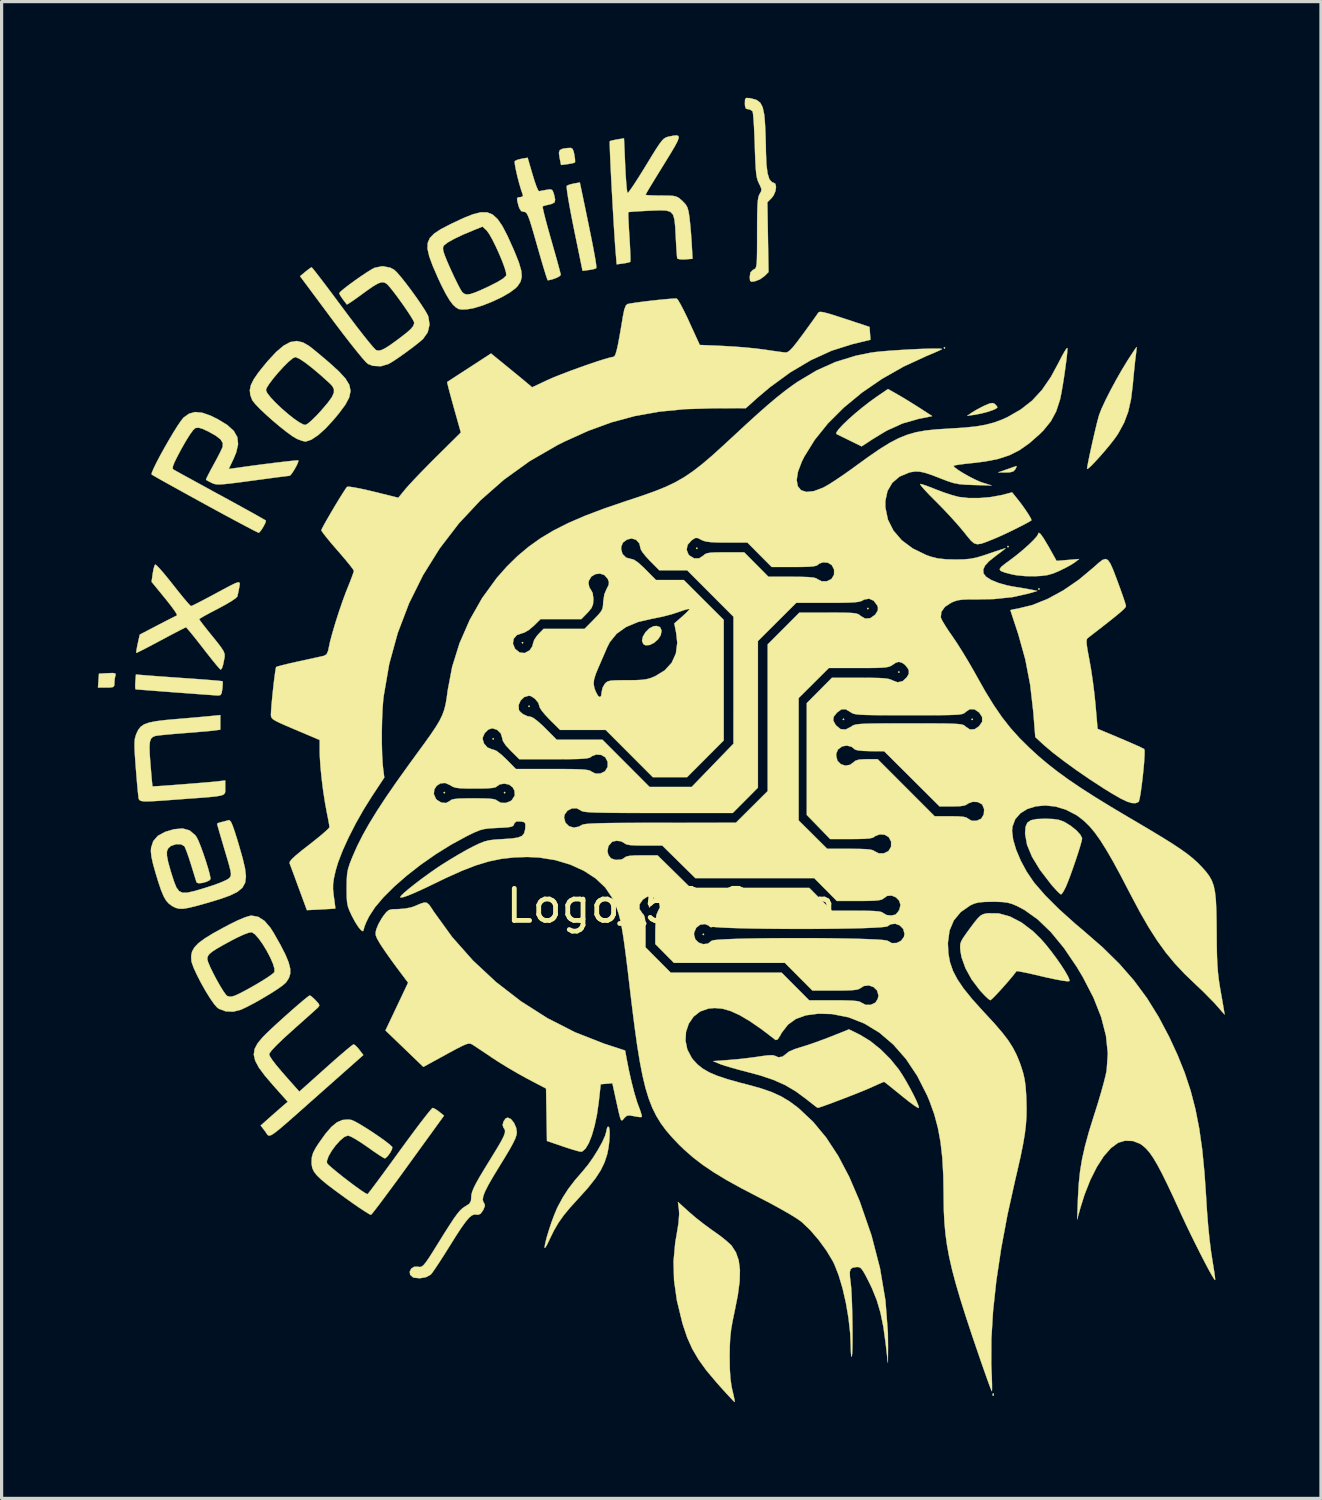
<source format=kicad_pcb>
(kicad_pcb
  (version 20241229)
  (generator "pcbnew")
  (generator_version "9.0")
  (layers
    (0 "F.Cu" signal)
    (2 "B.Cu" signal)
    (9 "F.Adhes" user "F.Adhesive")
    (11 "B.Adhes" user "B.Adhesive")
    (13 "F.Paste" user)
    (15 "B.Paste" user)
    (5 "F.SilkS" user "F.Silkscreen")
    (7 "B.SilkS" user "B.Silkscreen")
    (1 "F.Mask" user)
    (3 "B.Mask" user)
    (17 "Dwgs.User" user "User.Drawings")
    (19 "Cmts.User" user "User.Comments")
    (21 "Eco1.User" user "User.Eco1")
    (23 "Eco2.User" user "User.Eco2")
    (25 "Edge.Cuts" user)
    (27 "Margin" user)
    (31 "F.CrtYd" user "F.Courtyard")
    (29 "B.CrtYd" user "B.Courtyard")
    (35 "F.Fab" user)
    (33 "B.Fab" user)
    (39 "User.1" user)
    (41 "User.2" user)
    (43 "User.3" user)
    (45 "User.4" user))
  (footprint "Logo_50,8mm"
    (layer "F.Cu")
    (at 17.892 25.197)
    (property "Reference" "Logo_50,8mm" (at 0 0 0) (layer "F.SilkS") (effects (font (size 1 1) (thickness 0.15))))
    (attr exclude_from_pos_files exclude_from_bom)
    (fp_poly (pts (xy -7.061 -3.531) (xy -7.087 -3.505) (xy -7.112 -3.531) (xy -7.087 -3.556) (xy -7.061 -3.531)) (stroke (width 0.01) (type solid)) (fill yes) (layer "F.SilkS"))
    (fp_poly (pts (xy -5.537 -5.207) (xy -5.563 -5.182) (xy -5.588 -5.207) (xy -5.563 -5.232) (xy -5.537 -5.207)) (stroke (width 0.01) (type solid)) (fill yes) (layer "F.SilkS"))
    (fp_poly (pts (xy -5.182 -3.531) (xy -5.207 -3.505) (xy -5.232 -3.531) (xy -5.207 -3.556) (xy -5.182 -3.531)) (stroke (width 0.01) (type solid)) (fill yes) (layer "F.SilkS"))
    (fp_poly (pts (xy -4.623 -8.204) (xy -4.648 -8.179) (xy -4.674 -8.204) (xy -4.648 -8.23) (xy -4.623 -8.204)) (stroke (width 0.01) (type solid)) (fill yes) (layer "F.SilkS"))
    (fp_poly (pts (xy -4.42 -6.223) (xy -4.445 -6.198) (xy -4.47 -6.223) (xy -4.445 -6.248) (xy -4.42 -6.223)) (stroke (width 0.01) (type solid)) (fill yes) (layer "F.SilkS"))
    (fp_poly (pts (xy -0.66 0.025) (xy -0.686 0.051) (xy -0.711 0.025) (xy -0.686 0) (xy -0.66 0.025)) (stroke (width 0.01) (type solid)) (fill yes) (layer "F.SilkS"))
    (fp_poly (pts (xy 0.813 -11.151) (xy 0.787 -11.125) (xy 0.762 -11.151) (xy 0.787 -11.176) (xy 0.813 -11.151)) (stroke (width 0.01) (type solid)) (fill yes) (layer "F.SilkS"))
    (fp_poly (pts (xy 1.016 0.889) (xy 0.991 0.914) (xy 0.965 0.889) (xy 0.991 0.864) (xy 1.016 0.889)) (stroke (width 0.01) (type solid)) (fill yes) (layer "F.SilkS"))
    (fp_poly (pts (xy 5.385 -5.817) (xy 5.359 -5.791) (xy 5.334 -5.817) (xy 5.359 -5.842) (xy 5.385 -5.817)) (stroke (width 0.01) (type solid)) (fill yes) (layer "F.SilkS"))
    (fp_poly (pts (xy 6.147 -9.271) (xy 6.121 -9.246) (xy 6.096 -9.271) (xy 6.121 -9.296) (xy 6.147 -9.271)) (stroke (width 0.01) (type solid)) (fill yes) (layer "F.SilkS"))
    (fp_poly (pts (xy 7.112 -7.29) (xy 7.087 -7.264) (xy 7.061 -7.29) (xy 7.087 -7.315) (xy 7.112 -7.29)) (stroke (width 0.01) (type solid)) (fill yes) (layer "F.SilkS"))
    (fp_poly (pts (xy 8.534 -17.399) (xy 8.509 -17.374) (xy 8.484 -17.399) (xy 8.509 -17.424) (xy 8.534 -17.399)) (stroke (width 0.01) (type solid)) (fill yes) (layer "F.SilkS"))
    (fp_poly (pts (xy 9.398 -5.817) (xy 9.373 -5.791) (xy 9.347 -5.817) (xy 9.373 -5.842) (xy 9.398 -5.817)) (stroke (width 0.01) (type solid)) (fill yes) (layer "F.SilkS"))
    (fp_poly (pts (xy 10.516 -11.201) (xy 10.49 -11.176) (xy 10.465 -11.201) (xy 10.49 -11.227) (xy 10.516 -11.201)) (stroke (width 0.01) (type solid)) (fill yes) (layer "F.SilkS"))
    (fp_poly (pts (xy 11.481 -9.881) (xy 11.455 -9.855) (xy 11.43 -9.881) (xy 11.455 -9.906) (xy 11.481 -9.881)) (stroke (width 0.01) (type solid)) (fill yes) (layer "F.SilkS"))
    (fp_poly (pts (xy 10.041 15.206) (xy 10.048 15.266) (xy 10.041 15.274) (xy 10.011 15.267) (xy 10.008 15.24) (xy 10.026 15.198) (xy 10.041 15.206)) (stroke (width 0.01) (type solid)) (fill yes) (layer "F.SilkS"))
    (fp_poly (pts (xy 10.75 -13.678) (xy 10.719 -13.614) (xy 10.659 -13.549) (xy 10.553 -13.519) (xy 10.425 -13.514) (xy 10.185 -13.516) (xy 10.465 -13.614) (xy 10.617 -13.667) (xy 10.724 -13.704) (xy 10.759 -13.714) (xy 10.75 -13.678)) (stroke (width 0.01) (type solid)) (fill yes) (layer "F.SilkS"))
    (fp_poly (pts (xy -17.35 -7.248) (xy -17.334 -7.213) (xy -17.342 -7.187) (xy -17.366 -7.075) (xy -17.374 -6.955) (xy -17.379 -6.868) (xy -17.414 -6.824) (xy -17.504 -6.809) (xy -17.631 -6.807) (xy -17.887 -6.807) (xy -17.856 -7.239) (xy -17.583 -7.255) (xy -17.426 -7.26) (xy -17.35 -7.248)) (stroke (width 0.01) (type solid)) (fill yes) (layer "F.SilkS"))
    (fp_poly (pts (xy -0.361 -8.692) (xy -0.317 -8.597) (xy -0.314 -8.572) (xy -0.338 -8.438) (xy -0.424 -8.309) (xy -0.547 -8.202) (xy -0.684 -8.134) (xy -0.811 -8.125) (xy -0.881 -8.162) (xy -0.922 -8.266) (xy -0.894 -8.398) (xy -0.813 -8.533) (xy -0.698 -8.648) (xy -0.565 -8.719) (xy -0.47 -8.728) (xy -0.361 -8.692)) (stroke (width 0.01) (type solid)) (fill yes) (layer "F.SilkS"))
    (fp_poly (pts (xy -3.086 -23.603) (xy -3.051 -23.51) (xy -3.034 -23.427) (xy -3.012 -23.288) (xy -3.009 -23.197) (xy -3.015 -23.181) (xy -3.076 -23.159) (xy -3.2 -23.135) (xy -3.243 -23.129) (xy -3.446 -23.102) (xy -3.491 -23.324) (xy -3.513 -23.48) (xy -3.486 -23.567) (xy -3.391 -23.611) (xy -3.254 -23.63) (xy -3.144 -23.635) (xy -3.086 -23.603)) (stroke (width 0.01) (type solid)) (fill yes) (layer "F.SilkS"))
    (fp_poly (pts (xy 10.07 -15.657) (xy 10.082 -15.648) (xy 10.147 -15.576) (xy 10.16 -15.543) (xy 10.114 -15.503) (xy 9.995 -15.451) (xy 9.829 -15.397) (xy 9.64 -15.349) (xy 9.457 -15.314) (xy 9.449 -15.313) (xy 9.22 -15.282) (xy 9.362 -15.38) (xy 9.494 -15.461) (xy 9.666 -15.553) (xy 9.754 -15.596) (xy 9.909 -15.662) (xy 10.005 -15.68) (xy 10.07 -15.657)) (stroke (width 0.01) (type solid)) (fill yes) (layer "F.SilkS"))
    (fp_poly (pts (xy -2.704 -21.807) (xy -2.597 -21.287) (xy -2.51 -20.861) (xy -2.443 -20.521) (xy -2.395 -20.26) (xy -2.363 -20.073) (xy -2.348 -19.952) (xy -2.347 -19.891) (xy -2.351 -19.883) (xy -2.415 -19.858) (xy -2.54 -19.833) (xy -2.577 -19.828) (xy -2.776 -19.801) (xy -3.044 -21.107) (xy -3.114 -21.458) (xy -3.174 -21.776) (xy -3.222 -22.049) (xy -3.255 -22.261) (xy -3.271 -22.4) (xy -3.269 -22.452) (xy -3.194 -22.487) (xy -3.065 -22.52) (xy -3.043 -22.524) (xy -2.861 -22.557) (xy -2.704 -21.807)) (stroke (width 0.01) (type solid)) (fill yes) (layer "F.SilkS"))
    (fp_poly (pts (xy 7.044 -15.948) (xy 7.231 -15.839) (xy 7.459 -15.699) (xy 7.686 -15.556) (xy 7.734 -15.526) (xy 8.127 -15.271) (xy 7.702 -15.185) (xy 7.203 -15.043) (xy 6.703 -14.816) (xy 6.267 -14.552) (xy 6.11 -14.447) (xy 5.99 -14.369) (xy 5.928 -14.33) (xy 5.924 -14.329) (xy 5.879 -14.351) (xy 5.765 -14.407) (xy 5.602 -14.487) (xy 5.537 -14.519) (xy 5.361 -14.605) (xy 5.224 -14.673) (xy 5.147 -14.711) (xy 5.139 -14.715) (xy 5.14 -14.763) (xy 5.21 -14.861) (xy 5.337 -14.999) (xy 5.509 -15.164) (xy 5.715 -15.347) (xy 5.941 -15.535) (xy 6.177 -15.718) (xy 6.403 -15.88) (xy 6.748 -16.116) (xy 7.044 -15.948)) (stroke (width 0.01) (type solid)) (fill yes) (layer "F.SilkS"))
    (fp_poly (pts (xy 11.51 -11.59) (xy 11.608 -11.45) (xy 11.746 -11.219) (xy 11.76 -11.195) (xy 12.006 -10.756) (xy 12.356 -10.786) (xy 12.707 -10.815) (xy 12.58 -10.715) (xy 12.47 -10.643) (xy 12.303 -10.551) (xy 12.113 -10.456) (xy 12.107 -10.453) (xy 11.903 -10.366) (xy 11.722 -10.314) (xy 11.52 -10.288) (xy 11.329 -10.278) (xy 11.029 -10.282) (xy 10.748 -10.31) (xy 10.6 -10.339) (xy 10.387 -10.395) (xy 10.264 -10.443) (xy 10.23 -10.498) (xy 10.282 -10.573) (xy 10.42 -10.683) (xy 10.552 -10.779) (xy 10.748 -10.928) (xy 10.946 -11.091) (xy 11.13 -11.254) (xy 11.282 -11.402) (xy 11.388 -11.519) (xy 11.43 -11.591) (xy 11.43 -11.593) (xy 11.45 -11.638) (xy 11.51 -11.59)) (stroke (width 0.01) (type solid)) (fill yes) (layer "F.SilkS"))
    (fp_poly (pts (xy -16.365 -7.185) (xy -16.206 -7.173) (xy -15.969 -7.155) (xy -15.676 -7.134) (xy -15.35 -7.111) (xy -15.02 -7.088) (xy -14.712 -7.066) (xy -14.44 -7.045) (xy -14.221 -7.027) (xy -14.07 -7.012) (xy -14.001 -7.003) (xy -13.999 -7.002) (xy -13.996 -6.946) (xy -14.004 -6.825) (xy -14.009 -6.769) (xy -14.03 -6.633) (xy -14.067 -6.573) (xy -14.141 -6.559) (xy -14.166 -6.56) (xy -14.254 -6.566) (xy -14.427 -6.579) (xy -14.669 -6.596) (xy -14.963 -6.618) (xy -15.295 -6.643) (xy -15.494 -6.657) (xy -15.831 -6.683) (xy -16.134 -6.706) (xy -16.388 -6.726) (xy -16.578 -6.74) (xy -16.69 -6.75) (xy -16.714 -6.752) (xy -16.725 -6.8) (xy -16.725 -6.916) (xy -16.721 -6.985) (xy -16.703 -7.213) (xy -16.365 -7.185)) (stroke (width 0.01) (type solid)) (fill yes) (layer "F.SilkS"))
    (fp_poly (pts (xy 11.651 -2.716) (xy 11.895 -2.708) (xy 12.072 -2.682) (xy 12.216 -2.632) (xy 12.268 -2.606) (xy 12.459 -2.486) (xy 12.625 -2.351) (xy 12.745 -2.22) (xy 12.8 -2.113) (xy 12.801 -2.098) (xy 12.784 -2.011) (xy 12.738 -1.849) (xy 12.672 -1.637) (xy 12.592 -1.395) (xy 12.505 -1.144) (xy 12.42 -0.908) (xy 12.342 -0.707) (xy 12.296 -0.597) (xy 12.227 -0.461) (xy 12.168 -0.373) (xy 12.143 -0.356) (xy 12.092 -0.392) (xy 11.996 -0.489) (xy 11.872 -0.627) (xy 11.833 -0.673) (xy 11.489 -1.12) (xy 11.24 -1.53) (xy 11.085 -1.902) (xy 11.025 -2.236) (xy 11.024 -2.28) (xy 11.039 -2.466) (xy 11.094 -2.592) (xy 11.204 -2.669) (xy 11.384 -2.707) (xy 11.65 -2.716) (xy 11.651 -2.716)) (stroke (width 0.01) (type solid)) (fill yes) (layer "F.SilkS"))
    (fp_poly (pts (xy 14.5 -17.379) (xy 14.488 -17.261) (xy 14.472 -17.132) (xy 14.451 -16.959) (xy 14.426 -16.719) (xy 14.399 -16.449) (xy 14.382 -16.25) (xy 14.326 -15.795) (xy 14.24 -15.412) (xy 14.114 -15.073) (xy 13.94 -14.75) (xy 13.898 -14.684) (xy 13.803 -14.55) (xy 13.675 -14.386) (xy 13.527 -14.208) (xy 13.373 -14.03) (xy 13.225 -13.868) (xy 13.099 -13.736) (xy 13.005 -13.649) (xy 12.959 -13.622) (xy 12.956 -13.627) (xy 12.966 -13.704) (xy 12.995 -13.858) (xy 13.038 -14.068) (xy 13.092 -14.314) (xy 13.15 -14.574) (xy 13.209 -14.826) (xy 13.263 -15.051) (xy 13.309 -15.225) (xy 13.335 -15.316) (xy 13.413 -15.513) (xy 13.534 -15.773) (xy 13.686 -16.073) (xy 13.857 -16.39) (xy 14.035 -16.703) (xy 14.208 -16.988) (xy 14.229 -17.021) (xy 14.342 -17.195) (xy 14.432 -17.331) (xy 14.488 -17.411) (xy 14.5 -17.424) (xy 14.5 -17.379)) (stroke (width 0.01) (type solid)) (fill yes) (layer "F.SilkS"))
    (fp_poly (pts (xy -1.95 6.906) (xy -1.934 7.006) (xy -1.932 7.161) (xy -1.943 7.349) (xy -1.968 7.548) (xy -2.005 7.734) (xy -2.009 7.749) (xy -2.091 8.001) (xy -2.211 8.248) (xy -2.38 8.506) (xy -2.607 8.793) (xy -2.905 9.124) (xy -2.906 9.125) (xy -3.165 9.41) (xy -3.367 9.654) (xy -3.527 9.881) (xy -3.665 10.117) (xy -3.799 10.389) (xy -3.821 10.438) (xy -3.89 10.579) (xy -3.94 10.659) (xy -3.961 10.664) (xy -3.961 10.661) (xy -3.944 10.541) (xy -3.898 10.353) (xy -3.829 10.124) (xy -3.748 9.878) (xy -3.661 9.643) (xy -3.578 9.445) (xy -3.549 9.383) (xy -3.389 9.088) (xy -3.218 8.823) (xy -3.013 8.556) (xy -2.76 8.263) (xy -2.601 8.069) (xy -2.441 7.841) (xy -2.292 7.602) (xy -2.165 7.373) (xy -2.075 7.175) (xy -2.033 7.03) (xy -2.032 7.008) (xy -2.007 6.913) (xy -1.981 6.883) (xy -1.95 6.906)) (stroke (width 0.01) (type solid)) (fill yes) (layer "F.SilkS"))
    (fp_poly (pts (xy 7.829 -13.139) (xy 7.972 -13.09) (xy 8.158 -13.019) (xy 8.242 -12.985) (xy 8.478 -12.895) (xy 8.724 -12.814) (xy 8.932 -12.757) (xy 8.966 -12.75) (xy 9.255 -12.716) (xy 9.6 -12.716) (xy 9.96 -12.748) (xy 10.295 -12.809) (xy 10.351 -12.823) (xy 10.618 -12.894) (xy 10.788 -12.683) (xy 10.915 -12.519) (xy 11.035 -12.35) (xy 11.135 -12.198) (xy 11.203 -12.082) (xy 11.223 -12.024) (xy 11.222 -12.022) (xy 11.138 -11.97) (xy 10.985 -11.887) (xy 10.788 -11.787) (xy 10.571 -11.68) (xy 10.357 -11.578) (xy 10.171 -11.494) (xy 10.081 -11.456) (xy 9.834 -11.356) (xy 9.66 -11.294) (xy 9.534 -11.276) (xy 9.434 -11.305) (xy 9.336 -11.388) (xy 9.217 -11.53) (xy 9.101 -11.676) (xy 8.925 -11.884) (xy 8.702 -12.132) (xy 8.461 -12.389) (xy 8.229 -12.624) (xy 8.217 -12.636) (xy 8.035 -12.819) (xy 7.89 -12.973) (xy 7.791 -13.087) (xy 7.75 -13.149) (xy 7.754 -13.157) (xy 7.829 -13.139)) (stroke (width 0.01) (type solid)) (fill yes) (layer "F.SilkS"))
    (fp_poly (pts (xy 0.544 9.546) (xy 0.752 9.725) (xy 1.002 9.921) (xy 1.247 10.101) (xy 1.311 10.145) (xy 1.511 10.288) (xy 1.693 10.432) (xy 1.831 10.556) (xy 1.876 10.603) (xy 2.008 10.81) (xy 2.093 11.056) (xy 2.131 11.352) (xy 2.122 11.709) (xy 2.066 12.136) (xy 1.973 12.609) (xy 1.904 12.939) (xy 1.857 13.209) (xy 1.829 13.458) (xy 1.815 13.726) (xy 1.81 14.046) (xy 1.815 14.432) (xy 1.835 14.739) (xy 1.87 14.989) (xy 1.896 15.108) (xy 1.937 15.282) (xy 1.963 15.412) (xy 1.969 15.472) (xy 1.969 15.473) (xy 1.932 15.442) (xy 1.84 15.346) (xy 1.704 15.2) (xy 1.535 15.013) (xy 1.406 14.868) (xy 1.089 14.492) (xy 0.841 14.149) (xy 0.645 13.814) (xy 0.487 13.461) (xy 0.353 13.063) (xy 0.33 12.981) (xy 0.166 12.306) (xy 0.077 11.68) (xy 0.061 11.083) (xy 0.115 10.494) (xy 0.156 10.262) (xy 0.216 9.895) (xy 0.237 9.61) (xy 0.23 9.481) (xy 0.198 9.233) (xy 0.544 9.546)) (stroke (width 0.01) (type solid)) (fill yes) (layer "F.SilkS"))
    (fp_poly (pts (xy 10.194 0.234) (xy 10.548 0.331) (xy 10.909 0.518) (xy 11.268 0.79) (xy 11.512 1.028) (xy 11.669 1.207) (xy 11.835 1.415) (xy 11.998 1.634) (xy 12.148 1.849) (xy 12.273 2.044) (xy 12.363 2.203) (xy 12.408 2.31) (xy 12.406 2.347) (xy 12.341 2.352) (xy 12.191 2.333) (xy 11.969 2.292) (xy 11.689 2.232) (xy 11.566 2.203) (xy 11.297 2.14) (xy 11.065 2.089) (xy 10.887 2.053) (xy 10.779 2.036) (xy 10.756 2.036) (xy 10.666 2.153) (xy 10.541 2.304) (xy 10.396 2.471) (xy 10.248 2.636) (xy 10.113 2.781) (xy 10.007 2.889) (xy 9.945 2.941) (xy 9.939 2.943) (xy 9.88 2.905) (xy 9.776 2.808) (xy 9.646 2.67) (xy 9.607 2.625) (xy 9.356 2.293) (xy 9.164 1.944) (xy 9.042 1.602) (xy 9.008 1.413) (xy 8.998 1.291) (xy 9.003 1.195) (xy 9.033 1.103) (xy 9.099 0.989) (xy 9.209 0.832) (xy 9.303 0.703) (xy 9.45 0.507) (xy 9.556 0.379) (xy 9.64 0.301) (xy 9.721 0.259) (xy 9.817 0.237) (xy 9.855 0.232) (xy 10.194 0.234)) (stroke (width 0.01) (type solid)) (fill yes) (layer "F.SilkS"))
    (fp_poly (pts (xy -4.335 -22.802) (xy -4.269 -22.589) (xy -4.209 -22.419) (xy -4.16 -22.312) (xy -4.136 -22.284) (xy -4.059 -22.298) (xy -3.929 -22.322) (xy -3.903 -22.327) (xy -3.78 -22.344) (xy -3.717 -22.316) (xy -3.677 -22.221) (xy -3.663 -22.171) (xy -3.631 -22.021) (xy -3.649 -21.936) (xy -3.735 -21.889) (xy -3.823 -21.867) (xy -3.945 -21.838) (xy -4.018 -21.814) (xy -4.02 -21.813) (xy -4.016 -21.761) (xy -3.987 -21.627) (xy -3.936 -21.423) (xy -3.867 -21.166) (xy -3.784 -20.87) (xy -3.754 -20.765) (xy -3.666 -20.456) (xy -3.587 -20.177) (xy -3.524 -19.946) (xy -3.479 -19.777) (xy -3.457 -19.685) (xy -3.456 -19.675) (xy -3.498 -19.63) (xy -3.602 -19.578) (xy -3.73 -19.532) (xy -3.845 -19.508) (xy -3.861 -19.508) (xy -3.881 -19.554) (xy -3.925 -19.684) (xy -3.987 -19.885) (xy -4.063 -20.141) (xy -4.149 -20.439) (xy -4.188 -20.574) (xy -4.287 -20.924) (xy -4.365 -21.189) (xy -4.425 -21.379) (xy -4.473 -21.507) (xy -4.512 -21.585) (xy -4.548 -21.626) (xy -4.586 -21.64) (xy -4.604 -21.641) (xy -4.69 -21.665) (xy -4.747 -21.753) (xy -4.773 -21.831) (xy -4.812 -21.984) (xy -4.818 -22.064) (xy -4.785 -22.094) (xy -4.719 -22.098) (xy -4.641 -22.122) (xy -4.636 -22.162) (xy -4.695 -22.337) (xy -4.756 -22.544) (xy -4.811 -22.758) (xy -4.856 -22.957) (xy -4.885 -23.115) (xy -4.893 -23.21) (xy -4.888 -23.225) (xy -4.81 -23.263) (xy -4.681 -23.296) (xy -4.665 -23.299) (xy -4.488 -23.328) (xy -4.335 -22.802)) (stroke (width 0.01) (type solid)) (fill yes) (layer "F.SilkS"))
    (fp_poly (pts (xy 5.877 4.022) (xy 6.192 4.213) (xy 6.517 4.474) (xy 6.826 4.782) (xy 7.085 5.103) (xy 7.196 5.271) (xy 7.317 5.473) (xy 7.438 5.691) (xy 7.549 5.902) (xy 7.638 6.088) (xy 7.696 6.228) (xy 7.712 6.303) (xy 7.712 6.304) (xy 7.669 6.291) (xy 7.564 6.223) (xy 7.41 6.11) (xy 7.223 5.962) (xy 7.169 5.918) (xy 6.974 5.76) (xy 6.81 5.627) (xy 6.69 5.533) (xy 6.63 5.488) (xy 6.626 5.486) (xy 6.576 5.506) (xy 6.455 5.558) (xy 6.287 5.634) (xy 6.213 5.667) (xy 6.069 5.73) (xy 5.869 5.811) (xy 5.634 5.904) (xy 5.383 6.002) (xy 5.135 6.096) (xy 4.909 6.181) (xy 4.724 6.247) (xy 4.599 6.289) (xy 4.556 6.299) (xy 4.512 6.27) (xy 4.408 6.19) (xy 4.262 6.076) (xy 4.187 6.016) (xy 3.866 5.78) (xy 3.538 5.587) (xy 3.178 5.427) (xy 2.76 5.287) (xy 2.418 5.195) (xy 2.143 5.123) (xy 1.887 5.052) (xy 1.672 4.988) (xy 1.526 4.939) (xy 1.501 4.929) (xy 1.296 4.842) (xy 1.798 4.805) (xy 2.082 4.78) (xy 2.391 4.745) (xy 2.671 4.708) (xy 2.737 4.697) (xy 2.983 4.664) (xy 3.148 4.657) (xy 3.223 4.676) (xy 3.332 4.723) (xy 3.462 4.701) (xy 3.563 4.622) (xy 3.659 4.546) (xy 3.841 4.467) (xy 4.013 4.413) (xy 4.222 4.348) (xy 4.486 4.258) (xy 4.767 4.155) (xy 4.963 4.079) (xy 5.532 3.852) (xy 5.877 4.022)) (stroke (width 0.01) (type solid)) (fill yes) (layer "F.SilkS"))
    (fp_poly (pts (xy -11.227 2.827) (xy -11.134 2.911) (xy -11.099 2.947) (xy -11.009 3.046) (xy -10.983 3.106) (xy -11.016 3.158) (xy -11.051 3.193) (xy -11.12 3.255) (xy -11.251 3.373) (xy -11.429 3.532) (xy -11.641 3.721) (xy -11.849 3.907) (xy -12.114 4.148) (xy -12.321 4.348) (xy -12.465 4.501) (xy -12.539 4.599) (xy -12.548 4.625) (xy -12.526 4.692) (xy -12.456 4.801) (xy -12.334 4.961) (xy -12.153 5.176) (xy -11.909 5.455) (xy -11.779 5.601) (xy -11.608 5.793) (xy -10.784 5.055) (xy -10.541 4.839) (xy -10.322 4.648) (xy -10.139 4.492) (xy -10.003 4.38) (xy -9.926 4.323) (xy -9.914 4.318) (xy -9.857 4.355) (xy -9.77 4.447) (xy -9.74 4.485) (xy -9.612 4.652) (xy -10.957 5.844) (xy -11.345 6.188) (xy -11.664 6.471) (xy -11.92 6.697) (xy -12.122 6.872) (xy -12.277 7.002) (xy -12.392 7.09) (xy -12.474 7.143) (xy -12.532 7.164) (xy -12.572 7.161) (xy -12.602 7.137) (xy -12.63 7.098) (xy -12.662 7.048) (xy -12.674 7.032) (xy -12.813 6.85) (xy -12.541 6.608) (xy -12.378 6.464) (xy -12.223 6.329) (xy -12.118 6.237) (xy -11.968 6.109) (xy -12.416 5.607) (xy -12.68 5.299) (xy -12.869 5.045) (xy -12.984 4.829) (xy -13.028 4.64) (xy -13.002 4.463) (xy -12.908 4.285) (xy -12.748 4.094) (xy -12.638 3.983) (xy -12.465 3.818) (xy -12.264 3.633) (xy -12.051 3.441) (xy -11.84 3.253) (xy -11.643 3.082) (xy -11.477 2.941) (xy -11.353 2.841) (xy -11.288 2.796) (xy -11.282 2.794) (xy -11.227 2.827)) (stroke (width 0.01) (type solid)) (fill yes) (layer "F.SilkS"))
    (fp_poly (pts (xy 2.421 -25.188) (xy 2.473 -25.18) (xy 2.644 -25.133) (xy 2.762 -25.048) (xy 2.839 -24.906) (xy 2.886 -24.69) (xy 2.904 -24.523) (xy 2.919 -24.291) (xy 2.931 -24.001) (xy 2.94 -23.696) (xy 2.942 -23.506) (xy 2.957 -23.124) (xy 2.993 -22.839) (xy 3.052 -22.652) (xy 3.134 -22.563) (xy 3.172 -22.555) (xy 3.237 -22.515) (xy 3.257 -22.415) (xy 3.237 -22.283) (xy 3.179 -22.15) (xy 3.119 -22.072) (xy 2.987 -21.94) (xy 3.005 -20.852) (xy 3.023 -19.764) (xy 2.896 -19.637) (xy 2.757 -19.537) (xy 2.603 -19.477) (xy 2.492 -19.461) (xy 2.447 -19.494) (xy 2.438 -19.6) (xy 2.438 -19.616) (xy 2.459 -19.753) (xy 2.533 -19.829) (xy 2.553 -19.838) (xy 2.59 -19.857) (xy 2.619 -19.885) (xy 2.639 -19.936) (xy 2.653 -20.023) (xy 2.661 -20.159) (xy 2.665 -20.356) (xy 2.667 -20.63) (xy 2.667 -20.983) (xy 2.668 -21.356) (xy 2.672 -21.641) (xy 2.679 -21.851) (xy 2.691 -22.001) (xy 2.709 -22.103) (xy 2.732 -22.172) (xy 2.749 -22.201) (xy 2.796 -22.287) (xy 2.799 -22.363) (xy 2.754 -22.472) (xy 2.727 -22.523) (xy 2.691 -22.605) (xy 2.662 -22.699) (xy 2.641 -22.823) (xy 2.625 -22.993) (xy 2.612 -23.224) (xy 2.6 -23.533) (xy 2.595 -23.718) (xy 2.583 -24.029) (xy 2.57 -24.307) (xy 2.555 -24.535) (xy 2.54 -24.696) (xy 2.526 -24.775) (xy 2.524 -24.778) (xy 2.444 -24.831) (xy 2.385 -24.841) (xy 2.317 -24.861) (xy 2.29 -24.94) (xy 2.286 -25.026) (xy 2.291 -25.146) (xy 2.326 -25.192) (xy 2.421 -25.188)) (stroke (width 0.01) (type solid)) (fill yes) (layer "F.SilkS"))
    (fp_poly (pts (xy -11.494 -17.568) (xy -11.311 -17.464) (xy -11.211 -17.387) (xy -11.055 -17.26) (xy -10.865 -17.101) (xy -10.662 -16.928) (xy -10.658 -16.924) (xy -10.373 -16.665) (xy -10.171 -16.445) (xy -10.05 -16.248) (xy -10.011 -16.057) (xy -10.052 -15.856) (xy -10.171 -15.63) (xy -10.369 -15.363) (xy -10.534 -15.164) (xy -10.789 -14.887) (xy -11.024 -14.676) (xy -11.23 -14.538) (xy -11.397 -14.481) (xy -11.425 -14.479) (xy -11.522 -14.501) (xy -11.659 -14.552) (xy -11.694 -14.568) (xy -11.825 -14.646) (xy -12.003 -14.775) (xy -12.211 -14.94) (xy -12.43 -15.124) (xy -12.643 -15.314) (xy -12.832 -15.492) (xy -12.979 -15.645) (xy -13.067 -15.755) (xy -13.078 -15.774) (xy -13.137 -15.931) (xy -13.152 -16.082) (xy -13.151 -16.084) (xy -12.649 -16.084) (xy -12.611 -15.992) (xy -12.506 -15.857) (xy -12.354 -15.694) (xy -12.171 -15.52) (xy -11.974 -15.348) (xy -11.781 -15.195) (xy -11.61 -15.077) (xy -11.477 -15.007) (xy -11.416 -14.996) (xy -11.34 -15.039) (xy -11.217 -15.144) (xy -11.063 -15.296) (xy -10.912 -15.461) (xy -10.717 -15.691) (xy -10.591 -15.866) (xy -10.53 -16.002) (xy -10.529 -16.113) (xy -10.583 -16.213) (xy -10.655 -16.289) (xy -10.949 -16.554) (xy -11.212 -16.776) (xy -11.434 -16.947) (xy -11.606 -17.06) (xy -11.72 -17.11) (xy -11.743 -17.111) (xy -11.828 -17.065) (xy -11.955 -16.956) (xy -12.107 -16.804) (xy -12.268 -16.628) (xy -12.419 -16.448) (xy -12.544 -16.283) (xy -12.626 -16.152) (xy -12.649 -16.084) (xy -13.151 -16.084) (xy -13.118 -16.24) (xy -13.029 -16.42) (xy -12.879 -16.637) (xy -12.662 -16.906) (xy -12.597 -16.983) (xy -12.332 -17.27) (xy -12.099 -17.468) (xy -11.889 -17.581) (xy -11.69 -17.613) (xy -11.494 -17.568)) (stroke (width 0.01) (type solid)) (fill yes) (layer "F.SilkS"))
    (fp_poly (pts (xy -5.749 -21.625) (xy -5.58 -21.556) (xy -5.426 -21.416) (xy -5.277 -21.199) (xy -5.12 -20.898) (xy -4.945 -20.51) (xy -4.882 -20.364) (xy -4.759 -20.053) (xy -4.689 -19.811) (xy -4.672 -19.622) (xy -4.708 -19.467) (xy -4.797 -19.331) (xy -4.868 -19.258) (xy -5.048 -19.123) (xy -5.296 -18.981) (xy -5.584 -18.845) (xy -5.879 -18.727) (xy -6.153 -18.643) (xy -6.362 -18.604) (xy -6.532 -18.595) (xy -6.64 -18.61) (xy -6.728 -18.663) (xy -6.822 -18.752) (xy -6.92 -18.882) (xy -7.044 -19.09) (xy -7.183 -19.362) (xy -7.286 -19.583) (xy -7.447 -19.954) (xy -7.556 -20.249) (xy -7.61 -20.483) (xy -7.61 -20.514) (xy -7.129 -20.514) (xy -7.121 -20.43) (xy -7.082 -20.305) (xy -7.009 -20.121) (xy -6.896 -19.863) (xy -6.892 -19.855) (xy -6.782 -19.617) (xy -6.678 -19.405) (xy -6.593 -19.241) (xy -6.535 -19.146) (xy -6.53 -19.14) (xy -6.466 -19.086) (xy -6.386 -19.064) (xy -6.273 -19.078) (xy -6.111 -19.132) (xy -5.887 -19.229) (xy -5.676 -19.328) (xy -5.421 -19.458) (xy -5.247 -19.566) (xy -5.162 -19.648) (xy -5.156 -19.662) (xy -5.163 -19.751) (xy -5.209 -19.908) (xy -5.284 -20.111) (xy -5.379 -20.338) (xy -5.484 -20.568) (xy -5.589 -20.779) (xy -5.686 -20.95) (xy -5.764 -21.058) (xy -5.774 -21.068) (xy -5.896 -21.181) (xy -6.135 -21.085) (xy -6.49 -20.936) (xy -6.772 -20.803) (xy -6.976 -20.689) (xy -7.093 -20.599) (xy -7.113 -20.573) (xy -7.129 -20.514) (xy -7.61 -20.514) (xy -7.605 -20.671) (xy -7.537 -20.827) (xy -7.401 -20.966) (xy -7.194 -21.101) (xy -6.912 -21.248) (xy -6.82 -21.293) (xy -6.47 -21.456) (xy -6.183 -21.569) (xy -5.947 -21.627) (xy -5.749 -21.625)) (stroke (width 0.01) (type solid)) (fill yes) (layer "F.SilkS"))
    (fp_poly (pts (xy 13.607 -10.782) (xy 13.682 -10.674) (xy 13.766 -10.487) (xy 13.871 -10.213) (xy 13.9 -10.135) (xy 13.994 -9.879) (xy 14.074 -9.654) (xy 14.133 -9.478) (xy 14.165 -9.369) (xy 14.169 -9.347) (xy 14.155 -9.313) (xy 14.109 -9.259) (xy 14.023 -9.179) (xy 13.888 -9.065) (xy 13.698 -8.912) (xy 13.445 -8.713) (xy 13.121 -8.462) (xy 12.978 -8.352) (xy 12.95 -8.316) (xy 12.939 -8.251) (xy 12.946 -8.141) (xy 12.972 -7.969) (xy 13.019 -7.718) (xy 13.03 -7.661) (xy 13.083 -7.357) (xy 13.136 -6.997) (xy 13.183 -6.624) (xy 13.218 -6.283) (xy 13.219 -6.272) (xy 13.284 -5.52) (xy 13.995 -5.222) (xy 14.245 -5.115) (xy 14.461 -5.021) (xy 14.626 -4.946) (xy 14.722 -4.898) (xy 14.74 -4.887) (xy 14.75 -4.822) (xy 14.747 -4.679) (xy 14.735 -4.477) (xy 14.714 -4.24) (xy 14.687 -3.987) (xy 14.657 -3.741) (xy 14.627 -3.523) (xy 14.597 -3.354) (xy 14.571 -3.255) (xy 14.561 -3.239) (xy 14.47 -3.203) (xy 14.356 -3.205) (xy 14.208 -3.249) (xy 14.013 -3.342) (xy 13.759 -3.487) (xy 13.489 -3.653) (xy 13.046 -3.941) (xy 12.62 -4.234) (xy 12.227 -4.519) (xy 11.885 -4.782) (xy 11.612 -5.013) (xy 11.576 -5.046) (xy 11.342 -5.262) (xy 11.28 -6.04) (xy 11.183 -6.89) (xy 11.03 -7.686) (xy 10.813 -8.464) (xy 10.772 -8.59) (xy 10.695 -8.822) (xy 10.631 -9.017) (xy 10.586 -9.155) (xy 10.567 -9.218) (xy 10.566 -9.22) (xy 10.611 -9.235) (xy 10.726 -9.257) (xy 10.797 -9.269) (xy 11.247 -9.378) (xy 11.724 -9.57) (xy 12.215 -9.837) (xy 12.701 -10.171) (xy 13.159 -10.553) (xy 13.318 -10.696) (xy 13.437 -10.786) (xy 13.529 -10.817) (xy 13.607 -10.782)) (stroke (width 0.01) (type solid)) (fill yes) (layer "F.SilkS"))
    (fp_poly (pts (xy -14.072 -5.493) (xy -14.287 -5.465) (xy -14.417 -5.451) (xy -14.623 -5.433) (xy -14.879 -5.411) (xy -15.159 -5.389) (xy -15.24 -5.383) (xy -15.512 -5.361) (xy -15.756 -5.339) (xy -15.949 -5.319) (xy -16.071 -5.304) (xy -16.092 -5.3) (xy -16.176 -5.268) (xy -16.234 -5.21) (xy -16.268 -5.112) (xy -16.28 -4.959) (xy -16.274 -4.735) (xy -16.251 -4.426) (xy -16.25 -4.411) (xy -16.229 -4.161) (xy -16.211 -3.952) (xy -16.196 -3.802) (xy -16.188 -3.729) (xy -16.187 -3.726) (xy -16.137 -3.726) (xy -16.003 -3.734) (xy -15.805 -3.747) (xy -15.561 -3.765) (xy -15.289 -3.786) (xy -15.008 -3.808) (xy -14.735 -3.83) (xy -14.49 -3.85) (xy -14.29 -3.868) (xy -14.154 -3.881) (xy -14.135 -3.884) (xy -13.919 -3.91) (xy -13.919 -3.683) (xy -13.918 -3.605) (xy -13.921 -3.545) (xy -13.94 -3.498) (xy -13.987 -3.462) (xy -14.073 -3.435) (xy -14.209 -3.413) (xy -14.406 -3.392) (xy -14.676 -3.37) (xy -15.03 -3.345) (xy -15.24 -3.329) (xy -15.648 -3.299) (xy -15.965 -3.276) (xy -16.204 -3.262) (xy -16.376 -3.256) (xy -16.492 -3.262) (xy -16.564 -3.279) (xy -16.603 -3.309) (xy -16.62 -3.352) (xy -16.627 -3.411) (xy -16.633 -3.467) (xy -16.647 -3.597) (xy -16.666 -3.802) (xy -16.687 -4.058) (xy -16.71 -4.339) (xy -16.716 -4.422) (xy -16.737 -4.721) (xy -16.747 -4.94) (xy -16.747 -5.097) (xy -16.735 -5.214) (xy -16.71 -5.309) (xy -16.69 -5.365) (xy -16.63 -5.49) (xy -16.553 -5.587) (xy -16.445 -5.66) (xy -16.291 -5.715) (xy -16.078 -5.757) (xy -15.789 -5.793) (xy -15.475 -5.821) (xy -15.171 -5.847) (xy -14.877 -5.872) (xy -14.621 -5.895) (xy -14.427 -5.913) (xy -14.364 -5.919) (xy -14.072 -5.949) (xy -14.072 -5.493)) (stroke (width 0.01) (type solid)) (fill yes) (layer "F.SilkS"))
    (fp_poly (pts (xy -5.01 6.649) (xy -4.916 6.764) (xy -4.848 6.917) (xy -4.826 7.059) (xy -4.837 7.144) (xy -4.873 7.253) (xy -4.941 7.397) (xy -5.047 7.59) (xy -5.199 7.845) (xy -5.359 8.106) (xy -5.564 8.442) (xy -5.715 8.705) (xy -5.817 8.906) (xy -5.873 9.055) (xy -5.889 9.163) (xy -5.868 9.241) (xy -5.84 9.278) (xy -5.821 9.356) (xy -5.875 9.489) (xy -5.878 9.493) (xy -5.957 9.603) (xy -6.039 9.634) (xy -6.08 9.628) (xy -6.153 9.624) (xy -6.23 9.655) (xy -6.319 9.729) (xy -6.426 9.857) (xy -6.561 10.045) (xy -6.731 10.305) (xy -6.93 10.624) (xy -7.093 10.883) (xy -7.243 11.116) (xy -7.37 11.308) (xy -7.465 11.443) (xy -7.514 11.502) (xy -7.659 11.579) (xy -7.848 11.613) (xy -8.027 11.596) (xy -8.065 11.583) (xy -8.151 11.507) (xy -8.165 11.408) (xy -8.118 11.313) (xy -8.025 11.254) (xy -7.915 11.253) (xy -7.855 11.263) (xy -7.801 11.253) (xy -7.742 11.211) (xy -7.669 11.125) (xy -7.571 10.986) (xy -7.44 10.78) (xy -7.291 10.541) (xy -7.082 10.204) (xy -6.916 9.944) (xy -6.787 9.748) (xy -6.684 9.606) (xy -6.601 9.506) (xy -6.528 9.437) (xy -6.459 9.387) (xy -6.427 9.369) (xy -6.306 9.289) (xy -6.256 9.198) (xy -6.248 9.105) (xy -6.242 9.017) (xy -6.219 8.92) (xy -6.172 8.802) (xy -6.096 8.649) (xy -5.984 8.45) (xy -5.829 8.192) (xy -5.626 7.862) (xy -5.612 7.839) (xy -5.438 7.554) (xy -5.314 7.341) (xy -5.235 7.186) (xy -5.197 7.078) (xy -5.194 7.001) (xy -5.22 6.944) (xy -5.241 6.92) (xy -5.268 6.832) (xy -5.239 6.721) (xy -5.174 6.63) (xy -5.11 6.604) (xy -5.01 6.649)) (stroke (width 0.01) (type solid)) (fill yes) (layer "F.SilkS"))
    (fp_poly (pts (xy -12.885 0.345) (xy -12.693 0.47) (xy -12.509 0.685) (xy -12.406 0.848) (xy -12.196 1.219) (xy -12.043 1.519) (xy -11.943 1.76) (xy -11.893 1.955) (xy -11.891 2.116) (xy -11.934 2.253) (xy -12.018 2.381) (xy -12.036 2.401) (xy -12.135 2.487) (xy -12.303 2.605) (xy -12.52 2.744) (xy -12.765 2.89) (xy -13.015 3.032) (xy -13.252 3.155) (xy -13.429 3.239) (xy -13.668 3.3) (xy -13.908 3.289) (xy -14.115 3.21) (xy -14.166 3.174) (xy -14.265 3.062) (xy -14.391 2.881) (xy -14.531 2.655) (xy -14.671 2.407) (xy -14.798 2.16) (xy -14.9 1.94) (xy -14.962 1.768) (xy -14.974 1.714) (xy -14.976 1.66) (xy -14.478 1.66) (xy -14.454 1.752) (xy -14.39 1.904) (xy -14.298 2.094) (xy -14.191 2.298) (xy -14.08 2.494) (xy -13.977 2.661) (xy -13.896 2.774) (xy -13.855 2.811) (xy -13.788 2.831) (xy -13.713 2.829) (xy -13.613 2.799) (xy -13.474 2.735) (xy -13.277 2.632) (xy -13.046 2.503) (xy -12.819 2.37) (xy -12.622 2.247) (xy -12.474 2.145) (xy -12.393 2.076) (xy -12.386 2.065) (xy -12.382 1.966) (xy -12.428 1.808) (xy -12.513 1.613) (xy -12.624 1.402) (xy -12.749 1.196) (xy -12.877 1.017) (xy -12.994 0.885) (xy -13.089 0.823) (xy -13.097 0.822) (xy -13.191 0.839) (xy -13.352 0.899) (xy -13.558 0.995) (xy -13.705 1.07) (xy -13.989 1.225) (xy -14.195 1.344) (xy -14.335 1.436) (xy -14.42 1.51) (xy -14.464 1.577) (xy -14.478 1.644) (xy -14.478 1.66) (xy -14.976 1.66) (xy -14.981 1.561) (xy -14.952 1.423) (xy -14.878 1.293) (xy -14.751 1.161) (xy -14.56 1.019) (xy -14.297 0.857) (xy -13.953 0.668) (xy -13.8 0.587) (xy -13.527 0.452) (xy -13.302 0.358) (xy -13.14 0.31) (xy -13.094 0.305) (xy -12.885 0.345)) (stroke (width 0.01) (type solid)) (fill yes) (layer "F.SilkS"))
    (fp_poly (pts (xy -7.375 6.332) (xy -7.265 6.406) (xy -7.244 6.423) (xy -7.097 6.543) (xy -8.211 8.081) (xy -8.463 8.429) (xy -8.699 8.75) (xy -8.91 9.035) (xy -9.089 9.275) (xy -9.231 9.461) (xy -9.328 9.584) (xy -9.373 9.634) (xy -9.374 9.634) (xy -9.429 9.611) (xy -9.552 9.536) (xy -9.729 9.42) (xy -9.945 9.271) (xy -10.16 9.118) (xy -10.489 8.878) (xy -10.744 8.685) (xy -10.933 8.528) (xy -11.066 8.398) (xy -11.153 8.285) (xy -11.202 8.179) (xy -11.223 8.069) (xy -11.227 7.984) (xy -11.217 7.835) (xy -11.177 7.7) (xy -11.095 7.545) (xy -11.011 7.414) (xy -10.795 7.111) (xy -10.607 6.893) (xy -10.434 6.751) (xy -10.264 6.678) (xy -10.085 6.663) (xy -9.986 6.676) (xy -9.892 6.715) (xy -9.739 6.799) (xy -9.546 6.917) (xy -9.334 7.053) (xy -9.125 7.195) (xy -8.938 7.328) (xy -8.795 7.439) (xy -8.715 7.515) (xy -8.71 7.522) (xy -8.718 7.59) (xy -8.772 7.694) (xy -8.847 7.798) (xy -8.919 7.866) (xy -8.944 7.874) (xy -9.001 7.846) (xy -9.123 7.769) (xy -9.29 7.656) (xy -9.485 7.518) (xy -9.688 7.379) (xy -9.871 7.265) (xy -10.014 7.189) (xy -10.093 7.163) (xy -10.202 7.204) (xy -10.334 7.314) (xy -10.473 7.467) (xy -10.6 7.64) (xy -10.698 7.81) (xy -10.748 7.953) (xy -10.746 8.021) (xy -10.699 8.077) (xy -10.586 8.177) (xy -10.427 8.309) (xy -10.239 8.459) (xy -10.04 8.612) (xy -9.847 8.756) (xy -9.678 8.876) (xy -9.551 8.959) (xy -9.483 8.992) (xy -9.482 8.992) (xy -9.447 8.952) (xy -9.36 8.84) (xy -9.228 8.664) (xy -9.058 8.435) (xy -8.858 8.162) (xy -8.634 7.855) (xy -8.482 7.645) (xy -8.245 7.321) (xy -8.026 7.025) (xy -7.832 6.767) (xy -7.669 6.557) (xy -7.546 6.403) (xy -7.47 6.317) (xy -7.449 6.301) (xy -7.375 6.332)) (stroke (width 0.01) (type solid)) (fill yes) (layer "F.SilkS"))
    (fp_poly (pts (xy -16.058 -10.615) (xy -15.964 -10.517) (xy -15.831 -10.364) (xy -15.67 -10.168) (xy -15.544 -10.009) (xy -15.369 -9.788) (xy -15.215 -9.598) (xy -15.091 -9.453) (xy -15.011 -9.366) (xy -14.985 -9.347) (xy -14.927 -9.37) (xy -14.798 -9.434) (xy -14.613 -9.529) (xy -14.39 -9.647) (xy -14.291 -9.7) (xy -13.995 -9.86) (xy -13.778 -9.975) (xy -13.627 -10.05) (xy -13.533 -10.086) (xy -13.483 -10.087) (xy -13.466 -10.057) (xy -13.47 -9.998) (xy -13.483 -9.927) (xy -13.512 -9.777) (xy -13.538 -9.66) (xy -13.542 -9.645) (xy -13.595 -9.592) (xy -13.72 -9.506) (xy -13.901 -9.398) (xy -14.119 -9.28) (xy -14.149 -9.264) (xy -14.367 -9.151) (xy -14.548 -9.053) (xy -14.674 -8.98) (xy -14.73 -8.942) (xy -14.731 -8.94) (xy -14.701 -8.892) (xy -14.619 -8.782) (xy -14.496 -8.625) (xy -14.345 -8.437) (xy -14.322 -8.409) (xy -14.152 -8.199) (xy -14.039 -8.048) (xy -13.971 -7.941) (xy -13.94 -7.859) (xy -13.935 -7.784) (xy -13.944 -7.724) (xy -13.985 -7.52) (xy -14.023 -7.404) (xy -14.06 -7.367) (xy -14.062 -7.367) (xy -14.103 -7.406) (xy -14.195 -7.512) (xy -14.326 -7.672) (xy -14.485 -7.873) (xy -14.605 -8.027) (xy -14.777 -8.248) (xy -14.927 -8.437) (xy -15.046 -8.581) (xy -15.121 -8.667) (xy -15.142 -8.686) (xy -15.194 -8.663) (xy -15.32 -8.6) (xy -15.505 -8.504) (xy -15.733 -8.384) (xy -15.925 -8.281) (xy -16.175 -8.148) (xy -16.391 -8.034) (xy -16.559 -7.949) (xy -16.665 -7.898) (xy -16.694 -7.888) (xy -16.691 -7.941) (xy -16.67 -8.063) (xy -16.646 -8.18) (xy -16.584 -8.458) (xy -16.026 -8.749) (xy -15.809 -8.862) (xy -15.622 -8.957) (xy -15.487 -9.025) (xy -15.422 -9.057) (xy -15.421 -9.057) (xy -15.433 -9.1) (xy -15.5 -9.206) (xy -15.612 -9.359) (xy -15.759 -9.546) (xy -15.794 -9.589) (xy -16.215 -10.104) (xy -16.18 -10.361) (xy -16.152 -10.512) (xy -16.12 -10.617) (xy -16.102 -10.644) (xy -16.058 -10.615)) (stroke (width 0.01) (type solid)) (fill yes) (layer "F.SilkS"))
    (fp_poly (pts (xy -8.771 -19.899) (xy -8.655 -19.838) (xy -8.571 -19.76) (xy -8.446 -19.616) (xy -8.293 -19.424) (xy -8.126 -19.204) (xy -7.96 -18.974) (xy -7.809 -18.754) (xy -7.685 -18.563) (xy -7.604 -18.419) (xy -7.584 -18.373) (xy -7.548 -18.124) (xy -7.605 -17.883) (xy -7.751 -17.677) (xy -7.759 -17.67) (xy -7.892 -17.557) (xy -8.077 -17.412) (xy -8.289 -17.255) (xy -8.501 -17.105) (xy -8.687 -16.98) (xy -8.821 -16.9) (xy -8.824 -16.899) (xy -9.065 -16.826) (xy -9.312 -16.839) (xy -9.464 -16.896) (xy -9.531 -16.956) (xy -9.65 -17.09) (xy -9.813 -17.288) (xy -10.014 -17.54) (xy -10.244 -17.837) (xy -10.497 -18.171) (xy -10.596 -18.304) (xy -11.585 -19.634) (xy -11.419 -19.773) (xy -11.31 -19.858) (xy -11.237 -19.907) (xy -11.225 -19.912) (xy -11.189 -19.873) (xy -11.1 -19.762) (xy -10.966 -19.589) (xy -10.795 -19.364) (xy -10.593 -19.096) (xy -10.369 -18.795) (xy -10.259 -18.647) (xy -10.023 -18.331) (xy -9.802 -18.04) (xy -9.604 -17.786) (xy -9.437 -17.578) (xy -9.31 -17.427) (xy -9.231 -17.343) (xy -9.214 -17.33) (xy -9.142 -17.313) (xy -9.053 -17.329) (xy -8.934 -17.386) (xy -8.77 -17.491) (xy -8.547 -17.652) (xy -8.458 -17.719) (xy -8.257 -17.875) (xy -8.128 -17.991) (xy -8.056 -18.081) (xy -8.028 -18.16) (xy -8.026 -18.188) (xy -8.055 -18.257) (xy -8.133 -18.387) (xy -8.246 -18.559) (xy -8.38 -18.753) (xy -8.523 -18.952) (xy -8.66 -19.135) (xy -8.778 -19.283) (xy -8.863 -19.378) (xy -8.879 -19.393) (xy -8.955 -19.438) (xy -9.039 -19.446) (xy -9.146 -19.412) (xy -9.292 -19.329) (xy -9.493 -19.191) (xy -9.624 -19.095) (xy -9.814 -18.957) (xy -9.973 -18.846) (xy -10.082 -18.774) (xy -10.128 -18.752) (xy -10.128 -18.752) (xy -10.164 -18.801) (xy -10.237 -18.897) (xy -10.252 -18.917) (xy -10.326 -19.024) (xy -10.362 -19.097) (xy -10.363 -19.104) (xy -10.324 -19.152) (xy -10.218 -19.243) (xy -10.065 -19.361) (xy -9.884 -19.494) (xy -9.693 -19.628) (xy -9.512 -19.749) (xy -9.36 -19.844) (xy -9.258 -19.897) (xy -9.014 -19.947) (xy -8.771 -19.899)) (stroke (width 0.01) (type solid)) (fill yes) (layer "F.SilkS"))
    (fp_poly (pts (xy -7.631 -0.095) (xy -7.557 -0.031) (xy -7.468 0.099) (xy -7.408 0.192) (xy -6.842 0.974) (xy -6.196 1.703) (xy -5.479 2.373) (xy -4.702 2.974) (xy -3.876 3.501) (xy -3.01 3.943) (xy -2.115 4.294) (xy -2.057 4.313) (xy -1.448 4.512) (xy -1.409 4.732) (xy -1.333 5.12) (xy -1.248 5.499) (xy -1.159 5.842) (xy -1.074 6.123) (xy -1.031 6.239) (xy -0.971 6.403) (xy -0.934 6.527) (xy -0.928 6.584) (xy -0.928 6.584) (xy -0.988 6.588) (xy -1.109 6.571) (xy -1.169 6.559) (xy -1.312 6.534) (xy -1.397 6.547) (xy -1.465 6.606) (xy -1.477 6.62) (xy -1.518 6.67) (xy -1.549 6.693) (xy -1.576 6.675) (xy -1.604 6.606) (xy -1.639 6.471) (xy -1.687 6.259) (xy -1.732 6.055) (xy -1.846 5.532) (xy -2.028 5.547) (xy -2.21 5.563) (xy -2.271 6.118) (xy -2.326 6.503) (xy -2.399 6.852) (xy -2.485 7.154) (xy -2.581 7.398) (xy -2.682 7.569) (xy -2.784 7.658) (xy -2.831 7.667) (xy -2.916 7.649) (xy -3.071 7.605) (xy -3.27 7.542) (xy -3.404 7.497) (xy -3.886 7.332) (xy -3.9 6.514) (xy -3.914 5.697) (xy -4.501 5.389) (xy -4.788 5.231) (xy -5.104 5.046) (xy -5.405 4.861) (xy -5.594 4.737) (xy -5.803 4.596) (xy -5.992 4.47) (xy -6.137 4.374) (xy -6.216 4.323) (xy -6.266 4.299) (xy -6.323 4.294) (xy -6.404 4.314) (xy -6.522 4.365) (xy -6.694 4.452) (xy -6.933 4.58) (xy -7.036 4.637) (xy -7.741 5.022) (xy -8.331 4.454) (xy -8.922 3.886) (xy -8.569 3.141) (xy -8.216 2.396) (xy -8.572 1.922) (xy -8.734 1.701) (xy -8.892 1.478) (xy -9.025 1.283) (xy -9.093 1.177) (xy -9.184 1.021) (xy -9.226 0.914) (xy -9.228 0.819) (xy -9.203 0.719) (xy -9.138 0.564) (xy -9.038 0.389) (xy -8.989 0.317) (xy -8.895 0.197) (xy -8.817 0.133) (xy -8.715 0.107) (xy -8.554 0.102) (xy -8.528 0.102) (xy -8.325 0.087) (xy -8.13 0.051) (xy -8.037 0.021) (xy -7.843 -0.062) (xy -7.717 -0.103) (xy -7.631 -0.095)) (stroke (width 0.01) (type solid)) (fill yes) (layer "F.SilkS"))
    (fp_poly (pts (xy -13.776 -2.663) (xy -13.737 -2.612) (xy -13.689 -2.505) (xy -13.628 -2.331) (xy -13.548 -2.078) (xy -13.488 -1.877) (xy -13.375 -1.481) (xy -13.301 -1.165) (xy -13.273 -0.915) (xy -13.299 -0.718) (xy -13.386 -0.562) (xy -13.542 -0.434) (xy -13.774 -0.321) (xy -14.089 -0.209) (xy -14.495 -0.087) (xy -14.521 -0.08) (xy -14.828 0.006) (xy -15.058 0.062) (xy -15.227 0.09) (xy -15.356 0.089) (xy -15.463 0.062) (xy -15.565 0.011) (xy -15.58 0.002) (xy -15.679 -0.071) (xy -15.764 -0.167) (xy -15.841 -0.302) (xy -15.92 -0.493) (xy -16.008 -0.754) (xy -16.087 -1.013) (xy -16.17 -1.309) (xy -16.219 -1.531) (xy -16.237 -1.697) (xy -16.231 -1.809) (xy -16.163 -2.019) (xy -16.02 -2.183) (xy -15.794 -2.306) (xy -15.519 -2.388) (xy -15.248 -2.413) (xy -15.029 -2.352) (xy -14.854 -2.203) (xy -14.81 -2.142) (xy -14.755 -2.032) (xy -14.684 -1.855) (xy -14.604 -1.636) (xy -14.525 -1.401) (xy -14.455 -1.176) (xy -14.403 -0.987) (xy -14.378 -0.86) (xy -14.376 -0.84) (xy -14.419 -0.79) (xy -14.523 -0.744) (xy -14.648 -0.712) (xy -14.757 -0.705) (xy -14.811 -0.73) (xy -14.834 -0.8) (xy -14.879 -0.945) (xy -14.939 -1.139) (xy -14.986 -1.291) (xy -15.056 -1.509) (xy -15.121 -1.693) (xy -15.173 -1.821) (xy -15.196 -1.862) (xy -15.302 -1.92) (xy -15.452 -1.922) (xy -15.603 -1.871) (xy -15.635 -1.851) (xy -15.704 -1.784) (xy -15.738 -1.691) (xy -15.736 -1.558) (xy -15.699 -1.367) (xy -15.625 -1.102) (xy -15.594 -1.001) (xy -15.512 -0.748) (xy -15.44 -0.57) (xy -15.358 -0.46) (xy -15.251 -0.409) (xy -15.101 -0.411) (xy -14.89 -0.458) (xy -14.601 -0.543) (xy -14.558 -0.556) (xy -14.3 -0.639) (xy -14.075 -0.721) (xy -13.905 -0.795) (xy -13.809 -0.85) (xy -13.804 -0.855) (xy -13.767 -0.895) (xy -13.745 -0.938) (xy -13.74 -1.001) (xy -13.755 -1.098) (xy -13.791 -1.245) (xy -13.852 -1.459) (xy -13.938 -1.748) (xy -14.017 -2.016) (xy -14.085 -2.247) (xy -14.136 -2.425) (xy -14.167 -2.534) (xy -14.173 -2.56) (xy -14.13 -2.585) (xy -14.034 -2.613) (xy -13.899 -2.647) (xy -13.812 -2.671) (xy -13.776 -2.663)) (stroke (width 0.01) (type solid)) (fill yes) (layer "F.SilkS"))
    (fp_poly (pts (xy 0.212 -24.006) (xy 0.223 -23.95) (xy 0.187 -23.848) (xy 0.104 -23.689) (xy -0.028 -23.466) (xy -0.212 -23.167) (xy -0.253 -23.1) (xy -0.42 -22.83) (xy -0.567 -22.59) (xy -0.687 -22.393) (xy -0.77 -22.251) (xy -0.81 -22.18) (xy -0.813 -22.173) (xy -0.766 -22.163) (xy -0.639 -22.155) (xy -0.455 -22.15) (xy -0.329 -22.149) (xy -0.103 -22.147) (xy 0.047 -22.139) (xy 0.149 -22.116) (xy 0.228 -22.074) (xy 0.311 -22.004) (xy 0.334 -21.984) (xy 0.432 -21.882) (xy 0.493 -21.781) (xy 0.531 -21.644) (xy 0.558 -21.463) (xy 0.582 -21.238) (xy 0.606 -20.964) (xy 0.625 -20.693) (xy 0.628 -20.642) (xy 0.653 -20.177) (xy 0.422 -20.159) (xy 0.279 -20.158) (xy 0.19 -20.178) (xy 0.176 -20.192) (xy 0.168 -20.26) (xy 0.156 -20.409) (xy 0.143 -20.616) (xy 0.13 -20.86) (xy 0.129 -20.877) (xy 0.113 -21.185) (xy 0.089 -21.406) (xy 0.045 -21.553) (xy -0.035 -21.64) (xy -0.165 -21.681) (xy -0.36 -21.689) (xy -0.633 -21.679) (xy -0.704 -21.676) (xy -0.945 -21.663) (xy -1.146 -21.651) (xy -1.287 -21.64) (xy -1.347 -21.631) (xy -1.348 -21.63) (xy -1.35 -21.577) (xy -1.347 -21.44) (xy -1.337 -21.238) (xy -1.323 -20.989) (xy -1.314 -20.86) (xy -1.299 -20.594) (xy -1.288 -20.366) (xy -1.283 -20.194) (xy -1.285 -20.096) (xy -1.289 -20.081) (xy -1.35 -20.06) (xy -1.472 -20.036) (xy -1.512 -20.031) (xy -1.712 -20.004) (xy -1.743 -20.378) (xy -1.76 -20.594) (xy -1.778 -20.869) (xy -1.799 -21.19) (xy -1.82 -21.542) (xy -1.841 -21.912) (xy -1.862 -22.285) (xy -1.881 -22.648) (xy -1.898 -22.988) (xy -1.912 -23.289) (xy -1.922 -23.538) (xy -1.928 -23.722) (xy -1.929 -23.825) (xy -1.927 -23.844) (xy -1.868 -23.864) (xy -1.745 -23.89) (xy -1.695 -23.899) (xy -1.484 -23.934) (xy -1.447 -23.091) (xy -1.433 -22.81) (xy -1.416 -22.565) (xy -1.399 -22.375) (xy -1.383 -22.257) (xy -1.373 -22.226) (xy -1.337 -22.26) (xy -1.257 -22.369) (xy -1.142 -22.54) (xy -1.001 -22.761) (xy -0.841 -23.018) (xy -0.806 -23.076) (xy -0.625 -23.372) (xy -0.488 -23.593) (xy -0.383 -23.751) (xy -0.303 -23.857) (xy -0.238 -23.923) (xy -0.177 -23.96) (xy -0.113 -23.982) (xy -0.075 -23.99) (xy 0.062 -24.017) (xy 0.158 -24.025) (xy 0.212 -24.006)) (stroke (width 0.01) (type solid)) (fill yes) (layer "F.SilkS"))
    (fp_poly (pts (xy -14.637 -15.377) (xy -14.372 -15.284) (xy -14.148 -15.173) (xy -13.851 -14.991) (xy -13.651 -14.809) (xy -13.541 -14.614) (xy -13.518 -14.394) (xy -13.577 -14.137) (xy -13.661 -13.936) (xy -13.81 -13.622) (xy -13.649 -13.645) (xy -13.352 -13.687) (xy -13.037 -13.73) (xy -12.718 -13.772) (xy -12.413 -13.81) (xy -12.138 -13.843) (xy -11.908 -13.869) (xy -11.74 -13.886) (xy -11.649 -13.892) (xy -11.639 -13.891) (xy -11.646 -13.835) (xy -11.693 -13.729) (xy -11.763 -13.603) (xy -11.836 -13.489) (xy -11.896 -13.419) (xy -11.913 -13.411) (xy -11.976 -13.404) (xy -12.124 -13.386) (xy -12.343 -13.358) (xy -12.617 -13.321) (xy -12.931 -13.279) (xy -13.073 -13.26) (xy -13.438 -13.211) (xy -13.716 -13.176) (xy -13.922 -13.153) (xy -14.07 -13.142) (xy -14.175 -13.143) (xy -14.25 -13.154) (xy -14.311 -13.175) (xy -14.343 -13.19) (xy -14.454 -13.248) (xy -14.516 -13.283) (xy -14.519 -13.285) (xy -14.503 -13.332) (xy -14.446 -13.448) (xy -14.359 -13.614) (xy -14.285 -13.749) (xy -14.175 -13.952) (xy -14.081 -14.134) (xy -14.017 -14.269) (xy -13.998 -14.317) (xy -13.994 -14.431) (xy -14.063 -14.544) (xy -14.214 -14.662) (xy -14.448 -14.793) (xy -14.63 -14.877) (xy -14.752 -14.911) (xy -14.841 -14.901) (xy -14.855 -14.895) (xy -14.923 -14.831) (xy -15.024 -14.691) (xy -15.149 -14.491) (xy -15.286 -14.25) (xy -15.419 -13.999) (xy -15.506 -13.822) (xy -15.55 -13.706) (xy -15.558 -13.639) (xy -15.539 -13.609) (xy -15.478 -13.574) (xy -15.34 -13.497) (xy -15.135 -13.384) (xy -14.874 -13.242) (xy -14.57 -13.075) (xy -14.234 -12.891) (xy -14.059 -12.796) (xy -13.714 -12.608) (xy -13.4 -12.435) (xy -13.127 -12.284) (xy -12.906 -12.161) (xy -12.747 -12.07) (xy -12.661 -12.02) (xy -12.649 -12.011) (xy -12.673 -11.932) (xy -12.73 -11.821) (xy -12.799 -11.712) (xy -12.858 -11.643) (xy -12.875 -11.634) (xy -12.93 -11.658) (xy -13.064 -11.726) (xy -13.267 -11.832) (xy -13.527 -11.97) (xy -13.836 -12.136) (xy -14.182 -12.323) (xy -14.554 -12.526) (xy -14.927 -12.731) (xy -15.271 -12.921) (xy -15.577 -13.09) (xy -15.835 -13.234) (xy -16.034 -13.346) (xy -16.164 -13.421) (xy -16.215 -13.452) (xy -16.206 -13.51) (xy -16.153 -13.637) (xy -16.065 -13.818) (xy -15.95 -14.037) (xy -15.818 -14.276) (xy -15.678 -14.52) (xy -15.54 -14.753) (xy -15.412 -14.958) (xy -15.303 -15.118) (xy -15.224 -15.218) (xy -15.215 -15.227) (xy -15.044 -15.348) (xy -14.857 -15.398) (xy -14.637 -15.377)) (stroke (width 0.01) (type solid)) (fill yes) (layer "F.SilkS"))
    (fp_poly (pts (xy 0.162 -18.936) (xy 0.206 -18.883) (xy 0.281 -18.754) (xy 0.38 -18.565) (xy 0.493 -18.333) (xy 0.554 -18.2) (xy 0.879 -17.49) (xy 1.621 -17.458) (xy 1.945 -17.44) (xy 2.289 -17.413) (xy 2.614 -17.381) (xy 2.88 -17.347) (xy 2.896 -17.345) (xy 3.13 -17.31) (xy 3.337 -17.281) (xy 3.49 -17.261) (xy 3.55 -17.255) (xy 3.609 -17.265) (xy 3.68 -17.312) (xy 3.772 -17.406) (xy 3.896 -17.56) (xy 4.065 -17.785) (xy 4.099 -17.831) (xy 4.256 -18.047) (xy 4.394 -18.238) (xy 4.5 -18.387) (xy 4.562 -18.477) (xy 4.571 -18.491) (xy 4.6 -18.516) (xy 4.658 -18.522) (xy 4.758 -18.505) (xy 4.915 -18.463) (xy 5.142 -18.392) (xy 5.394 -18.31) (xy 6.172 -18.053) (xy 6.187 -17.853) (xy 6.202 -17.653) (xy 5.628 -17.513) (xy 4.993 -17.312) (xy 4.348 -17.018) (xy 3.702 -16.636) (xy 3.067 -16.173) (xy 2.681 -15.847) (xy 2.316 -15.519) (xy 1.272 -15.515) (xy 0.404 -15.488) (xy -0.394 -15.409) (xy -1.146 -15.274) (xy -1.873 -15.078) (xy -2.596 -14.814) (xy -3.338 -14.479) (xy -3.556 -14.37) (xy -4.422 -13.87) (xy -5.225 -13.292) (xy -5.964 -12.642) (xy -6.633 -11.926) (xy -7.23 -11.148) (xy -7.749 -10.315) (xy -8.187 -9.433) (xy -8.54 -8.507) (xy -8.805 -7.542) (xy -8.977 -6.545) (xy -8.991 -6.426) (xy -9.013 -6.146) (xy -9.028 -5.805) (xy -9.036 -5.433) (xy -9.035 -5.058) (xy -9.026 -4.71) (xy -9.009 -4.419) (xy -8.997 -4.299) (xy -8.959 -4) (xy -9.333 -3.435) (xy -9.599 -3.011) (xy -9.849 -2.57) (xy -10.072 -2.133) (xy -10.26 -1.719) (xy -10.402 -1.348) (xy -10.475 -1.102) (xy -10.529 -0.864) (xy -10.555 -0.682) (xy -10.557 -0.516) (xy -10.537 -0.325) (xy -10.532 -0.289) (xy -10.507 -0.111) (xy -10.491 0.021) (xy -10.485 0.082) (xy -10.485 0.083) (xy -10.534 0.088) (xy -10.662 0.097) (xy -10.844 0.107) (xy -10.931 0.112) (xy -11.372 0.134) (xy -11.626 -0.555) (xy -11.719 -0.808) (xy -11.801 -1.031) (xy -11.866 -1.205) (xy -11.905 -1.31) (xy -11.912 -1.328) (xy -11.904 -1.377) (xy -11.844 -1.454) (xy -11.724 -1.566) (xy -11.537 -1.722) (xy -11.306 -1.902) (xy -11.089 -2.073) (xy -10.903 -2.225) (xy -10.763 -2.349) (xy -10.682 -2.43) (xy -10.668 -2.454) (xy -10.678 -2.53) (xy -10.704 -2.677) (xy -10.741 -2.864) (xy -10.748 -2.896) (xy -10.808 -3.222) (xy -10.865 -3.593) (xy -10.913 -3.978) (xy -10.949 -4.344) (xy -10.969 -4.66) (xy -10.973 -4.806) (xy -10.973 -5.171) (xy -11.734 -5.494) (xy -12.016 -5.614) (xy -12.219 -5.704) (xy -12.354 -5.771) (xy -12.436 -5.824) (xy -12.477 -5.872) (xy -12.492 -5.921) (xy -12.493 -5.969) (xy -12.487 -6.105) (xy -12.472 -6.299) (xy -12.45 -6.528) (xy -12.425 -6.772) (xy -12.398 -7.007) (xy -12.372 -7.212) (xy -12.349 -7.364) (xy -12.333 -7.443) (xy -12.33 -7.448) (xy -12.272 -7.469) (xy -12.133 -7.506) (xy -11.934 -7.555) (xy -11.692 -7.609) (xy -11.624 -7.624) (xy -11.365 -7.68) (xy -11.135 -7.731) (xy -10.956 -7.77) (xy -10.849 -7.794) (xy -10.838 -7.797) (xy -10.758 -7.844) (xy -10.709 -7.954) (xy -10.692 -8.039) (xy -10.649 -8.241) (xy -10.576 -8.513) (xy -10.482 -8.83) (xy -10.375 -9.165) (xy -10.262 -9.495) (xy -10.152 -9.793) (xy -10.105 -9.909) (xy -10.022 -10.117) (xy -9.956 -10.291) (xy -9.915 -10.41) (xy -9.906 -10.447) (xy -9.938 -10.502) (xy -10.026 -10.617) (xy -10.158 -10.779) (xy -10.323 -10.973) (xy -10.414 -11.077) (xy -10.591 -11.282) (xy -10.741 -11.463) (xy -10.853 -11.605) (xy -10.914 -11.693) (xy -10.922 -11.713) (xy -10.897 -11.772) (xy -10.83 -11.898) (xy -10.731 -12.073) (xy -10.613 -12.276) (xy -10.486 -12.49) (xy -10.362 -12.695) (xy -10.251 -12.872) (xy -10.166 -13.003) (xy -10.119 -13.066) (xy -10.057 -13.07) (xy -9.913 -13.05) (xy -9.705 -13.011) (xy -9.45 -12.954) (xy -9.299 -12.918) (xy -8.522 -12.725) (xy -8.292 -13.005) (xy -8.183 -13.128) (xy -8.017 -13.307) (xy -7.81 -13.523) (xy -7.577 -13.761) (xy -7.334 -14.005) (xy -7.316 -14.022) (xy -6.571 -14.76) (xy -6.791 -15.542) (xy -6.864 -15.807) (xy -6.926 -16.035) (xy -6.971 -16.209) (xy -6.995 -16.312) (xy -6.998 -16.334) (xy -6.953 -16.364) (xy -6.838 -16.439) (xy -6.666 -16.551) (xy -6.454 -16.689) (xy -6.307 -16.784) (xy -5.63 -17.224) (xy -5.164 -16.844) (xy -4.961 -16.678) (xy -4.768 -16.52) (xy -4.611 -16.39) (xy -4.524 -16.318) (xy -4.349 -16.17) (xy -3.864 -16.398) (xy -3.679 -16.479) (xy -3.44 -16.574) (xy -3.166 -16.679) (xy -2.875 -16.785) (xy -2.586 -16.887) (xy -2.317 -16.978) (xy -2.086 -17.051) (xy -1.912 -17.1) (xy -1.813 -17.12) (xy -1.811 -17.12) (xy -1.78 -17.138) (xy -1.748 -17.202) (xy -1.713 -17.319) (xy -1.672 -17.5) (xy -1.624 -17.756) (xy -1.565 -18.095) (xy -1.519 -18.376) (xy -1.475 -18.593) (xy -1.427 -18.719) (xy -1.377 -18.765) (xy -1.27 -18.786) (xy -1.094 -18.813) (xy -0.873 -18.842) (xy -0.629 -18.871) (xy -0.383 -18.898) (xy -0.159 -18.919) (xy 0.021 -18.934) (xy 0.135 -18.939) (xy 0.162 -18.936)) (stroke (width 0.01) (type solid)) (fill yes) (layer "F.SilkS"))
    (fp_poly (pts (xy 12.344 -17.388) (xy 12.336 -17.248) (xy 12.313 -17.036) (xy 12.279 -16.777) (xy 12.239 -16.498) (xy 12.196 -16.225) (xy 12.154 -15.986) (xy 12.117 -15.806) (xy 12.11 -15.777) (xy 11.991 -15.415) (xy 11.827 -15.111) (xy 11.597 -14.828) (xy 11.473 -14.705) (xy 11.155 -14.425) (xy 10.849 -14.21) (xy 10.532 -14.05) (xy 10.18 -13.935) (xy 9.771 -13.855) (xy 9.393 -13.809) (xy 9.159 -13.784) (xy 8.967 -13.759) (xy 8.837 -13.737) (xy 8.789 -13.72) (xy 8.789 -13.72) (xy 8.832 -13.668) (xy 8.944 -13.586) (xy 9.102 -13.487) (xy 9.285 -13.384) (xy 9.469 -13.291) (xy 9.632 -13.219) (xy 9.697 -13.196) (xy 9.982 -13.108) (xy 9.423 -13.123) (xy 9.16 -13.133) (xy 8.961 -13.151) (xy 8.791 -13.185) (xy 8.613 -13.242) (xy 8.407 -13.321) (xy 8.122 -13.432) (xy 7.907 -13.503) (xy 7.739 -13.54) (xy 7.597 -13.545) (xy 7.457 -13.523) (xy 7.408 -13.511) (xy 7.109 -13.386) (xy 6.882 -13.191) (xy 6.733 -12.936) (xy 6.666 -12.627) (xy 6.667 -12.424) (xy 6.746 -12.044) (xy 6.918 -11.701) (xy 7.177 -11.4) (xy 7.52 -11.144) (xy 7.942 -10.939) (xy 8.077 -10.89) (xy 8.296 -10.835) (xy 8.559 -10.806) (xy 8.865 -10.799) (xy 9.116 -10.804) (xy 9.316 -10.822) (xy 9.504 -10.859) (xy 9.722 -10.924) (xy 9.893 -10.982) (xy 10.104 -11.054) (xy 10.273 -11.109) (xy 10.383 -11.143) (xy 10.414 -11.15) (xy 10.376 -11.116) (xy 10.276 -11.038) (xy 10.135 -10.933) (xy 10.111 -10.915) (xy 9.9 -10.747) (xy 9.772 -10.607) (xy 9.718 -10.484) (xy 9.728 -10.364) (xy 9.807 -10.263) (xy 9.968 -10.161) (xy 10.193 -10.069) (xy 10.463 -9.992) (xy 10.668 -9.953) (xy 10.882 -9.919) (xy 11.082 -9.885) (xy 11.224 -9.858) (xy 11.227 -9.858) (xy 11.405 -9.82) (xy 11.125 -9.737) (xy 10.625 -9.626) (xy 10.045 -9.566) (xy 9.522 -9.556) (xy 9.256 -9.557) (xy 9.066 -9.548) (xy 8.925 -9.528) (xy 8.809 -9.492) (xy 8.724 -9.455) (xy 8.524 -9.323) (xy 8.412 -9.168) (xy 8.395 -9) (xy 8.399 -8.981) (xy 8.441 -8.891) (xy 8.529 -8.743) (xy 8.649 -8.558) (xy 8.756 -8.405) (xy 8.898 -8.195) (xy 9.069 -7.924) (xy 9.252 -7.622) (xy 9.427 -7.318) (xy 9.494 -7.198) (xy 9.782 -6.687) (xy 10.049 -6.253) (xy 10.307 -5.877) (xy 10.571 -5.542) (xy 10.853 -5.228) (xy 11.158 -4.927) (xy 11.437 -4.672) (xy 11.725 -4.428) (xy 12.033 -4.187) (xy 12.373 -3.94) (xy 12.755 -3.681) (xy 13.191 -3.401) (xy 13.692 -3.093) (xy 14.27 -2.749) (xy 14.453 -2.642) (xy 14.914 -2.369) (xy 15.297 -2.138) (xy 15.612 -1.941) (xy 15.869 -1.771) (xy 16.08 -1.62) (xy 16.254 -1.481) (xy 16.402 -1.347) (xy 16.532 -1.214) (xy 16.663 -1.067) (xy 16.766 -0.93) (xy 16.845 -0.789) (xy 16.904 -0.629) (xy 16.944 -0.437) (xy 16.971 -0.197) (xy 16.986 0.105) (xy 16.994 0.484) (xy 16.997 0.813) (xy 17 1.225) (xy 17.007 1.557) (xy 17.019 1.831) (xy 17.037 2.069) (xy 17.062 2.292) (xy 17.097 2.523) (xy 17.129 2.705) (xy 17.173 2.954) (xy 17.209 3.163) (xy 17.234 3.313) (xy 17.244 3.386) (xy 17.244 3.39) (xy 16.926 3.028) (xy 16.554 2.651) (xy 16.342 2.452) (xy 15.998 2.122) (xy 15.691 1.794) (xy 15.41 1.454) (xy 15.143 1.084) (xy 14.877 0.669) (xy 14.603 0.192) (xy 14.308 -0.363) (xy 14.272 -0.432) (xy 14.002 -0.951) (xy 13.766 -1.386) (xy 13.557 -1.747) (xy 13.37 -2.044) (xy 13.198 -2.285) (xy 13.034 -2.481) (xy 12.871 -2.641) (xy 12.704 -2.774) (xy 12.61 -2.838) (xy 12.294 -3) (xy 11.972 -3.097) (xy 11.655 -3.13) (xy 11.358 -3.103) (xy 11.093 -3.021) (xy 10.875 -2.885) (xy 10.715 -2.7) (xy 10.629 -2.469) (xy 10.617 -2.334) (xy 10.651 -2.064) (xy 10.745 -1.746) (xy 10.89 -1.405) (xy 11.073 -1.065) (xy 11.286 -0.751) (xy 11.316 -0.711) (xy 11.652 -0.324) (xy 12.077 0.1) (xy 12.587 0.558) (xy 12.827 0.76) (xy 13.435 1.289) (xy 13.96 1.805) (xy 14.417 2.327) (xy 14.821 2.873) (xy 15.185 3.459) (xy 15.518 4.089) (xy 15.78 4.656) (xy 16.001 5.207) (xy 16.184 5.759) (xy 16.333 6.33) (xy 16.452 6.936) (xy 16.546 7.595) (xy 16.617 8.323) (xy 16.663 8.992) (xy 16.696 9.524) (xy 16.732 9.979) (xy 16.772 10.38) (xy 16.818 10.752) (xy 16.874 11.119) (xy 16.892 11.223) (xy 16.923 11.419) (xy 16.944 11.572) (xy 16.95 11.658) (xy 16.949 11.669) (xy 16.917 11.636) (xy 16.849 11.524) (xy 16.75 11.348) (xy 16.629 11.119) (xy 16.491 10.851) (xy 16.343 10.557) (xy 16.192 10.251) (xy 16.045 9.946) (xy 15.909 9.655) (xy 15.873 9.576) (xy 15.646 9.08) (xy 15.452 8.669) (xy 15.286 8.334) (xy 15.143 8.066) (xy 15.017 7.854) (xy 14.903 7.691) (xy 14.795 7.568) (xy 14.688 7.474) (xy 14.609 7.419) (xy 14.384 7.333) (xy 14.138 7.324) (xy 13.927 7.387) (xy 13.701 7.553) (xy 13.476 7.808) (xy 13.26 8.144) (xy 13.057 8.549) (xy 12.875 9.011) (xy 12.749 9.413) (xy 12.647 9.779) (xy 12.673 9.086) (xy 12.697 8.668) (xy 12.738 8.278) (xy 12.802 7.891) (xy 12.894 7.485) (xy 13.017 7.036) (xy 13.177 6.521) (xy 13.202 6.445) (xy 13.303 6.123) (xy 13.397 5.805) (xy 13.477 5.516) (xy 13.537 5.278) (xy 13.568 5.124) (xy 13.603 4.602) (xy 13.546 4.052) (xy 13.398 3.474) (xy 13.157 2.863) (xy 12.823 2.218) (xy 12.636 1.905) (xy 12.234 1.312) (xy 11.829 0.819) (xy 11.42 0.425) (xy 11.006 0.129) (xy 10.784 0.011) (xy 10.626 -0.057) (xy 10.482 -0.098) (xy 10.317 -0.119) (xy 10.097 -0.127) (xy 10.008 -0.127) (xy 9.758 -0.122) (xy 9.58 -0.106) (xy 9.445 -0.073) (xy 9.324 -0.019) (xy 9.321 -0.018) (xy 9.017 0.193) (xy 8.8 0.455) (xy 8.667 0.772) (xy 8.617 1.147) (xy 8.617 1.194) (xy 8.632 1.488) (xy 8.682 1.76) (xy 8.773 2.025) (xy 8.914 2.295) (xy 9.111 2.585) (xy 9.373 2.908) (xy 9.705 3.277) (xy 9.771 3.348) (xy 10.072 3.674) (xy 10.309 3.95) (xy 10.495 4.192) (xy 10.639 4.416) (xy 10.755 4.64) (xy 10.854 4.88) (xy 10.888 4.976) (xy 10.96 5.199) (xy 11.007 5.402) (xy 11.038 5.621) (xy 11.057 5.891) (xy 11.063 6.027) (xy 11.07 6.312) (xy 11.066 6.578) (xy 11.047 6.843) (xy 11.013 7.124) (xy 10.959 7.439) (xy 10.885 7.807) (xy 10.786 8.244) (xy 10.718 8.534) (xy 10.474 9.633) (xy 10.277 10.687) (xy 10.127 11.689) (xy 10.025 12.63) (xy 9.972 13.502) (xy 9.969 14.296) (xy 9.975 14.465) (xy 9.986 14.713) (xy 9.992 14.92) (xy 9.993 15.067) (xy 9.989 15.136) (xy 9.988 15.138) (xy 9.966 15.093) (xy 9.917 14.965) (xy 9.845 14.768) (xy 9.756 14.517) (xy 9.654 14.226) (xy 9.614 14.11) (xy 9.376 13.413) (xy 9.173 12.799) (xy 9.002 12.257) (xy 8.861 11.775) (xy 8.746 11.342) (xy 8.656 10.946) (xy 8.588 10.576) (xy 8.54 10.22) (xy 8.508 9.867) (xy 8.49 9.506) (xy 8.484 9.125) (xy 8.484 9.07) (xy 8.474 8.426) (xy 8.443 7.864) (xy 8.387 7.368) (xy 8.304 6.919) (xy 8.192 6.5) (xy 8.046 6.094) (xy 7.969 5.911) (xy 7.663 5.307) (xy 7.31 4.776) (xy 6.913 4.324) (xy 6.478 3.953) (xy 6.011 3.669) (xy 5.517 3.475) (xy 5.001 3.374) (xy 4.574 3.363) (xy 4.188 3.414) (xy 3.876 3.526) (xy 3.628 3.706) (xy 3.432 3.96) (xy 3.381 4.055) (xy 3.308 4.166) (xy 3.248 4.184) (xy 3.235 4.176) (xy 2.81 3.851) (xy 2.442 3.597) (xy 2.122 3.408) (xy 1.84 3.28) (xy 1.585 3.207) (xy 1.347 3.186) (xy 1.152 3.203) (xy 0.892 3.294) (xy 0.685 3.456) (xy 0.536 3.674) (xy 0.45 3.928) (xy 0.434 4.203) (xy 0.491 4.48) (xy 0.628 4.741) (xy 0.672 4.798) (xy 0.812 4.949) (xy 0.975 5.078) (xy 1.174 5.193) (xy 1.423 5.299) (xy 1.737 5.404) (xy 2.131 5.515) (xy 2.337 5.567) (xy 2.763 5.684) (xy 3.113 5.804) (xy 3.409 5.938) (xy 3.676 6.097) (xy 3.938 6.293) (xy 3.972 6.321) (xy 4.415 6.737) (xy 4.821 7.227) (xy 5.194 7.796) (xy 5.539 8.451) (xy 5.86 9.199) (xy 5.873 9.233) (xy 6.234 10.278) (xy 6.499 11.301) (xy 6.669 12.308) (xy 6.745 13.306) (xy 6.75 13.741) (xy 6.745 14.249) (xy 6.675 13.64) (xy 6.604 13.126) (xy 6.514 12.687) (xy 6.398 12.295) (xy 6.248 11.924) (xy 6.157 11.735) (xy 6.047 11.52) (xy 5.967 11.381) (xy 5.906 11.302) (xy 5.849 11.268) (xy 5.785 11.262) (xy 5.768 11.263) (xy 5.653 11.281) (xy 5.585 11.326) (xy 5.557 11.417) (xy 5.562 11.574) (xy 5.585 11.764) (xy 5.601 11.919) (xy 5.614 12.137) (xy 5.625 12.402) (xy 5.633 12.695) (xy 5.639 12.999) (xy 5.642 13.295) (xy 5.642 13.566) (xy 5.638 13.795) (xy 5.631 13.963) (xy 5.619 14.052) (xy 5.615 14.061) (xy 5.601 14.029) (xy 5.592 13.919) (xy 5.588 13.755) (xy 5.588 13.752) (xy 5.569 13.321) (xy 5.517 12.857) (xy 5.437 12.386) (xy 5.333 11.932) (xy 5.211 11.521) (xy 5.076 11.178) (xy 5.024 11.073) (xy 4.825 10.744) (xy 4.582 10.412) (xy 4.32 10.108) (xy 4.065 9.865) (xy 4.043 9.847) (xy 3.906 9.75) (xy 3.696 9.62) (xy 3.43 9.467) (xy 3.126 9.3) (xy 2.803 9.13) (xy 2.725 9.091) (xy 2.18 8.808) (xy 1.715 8.551) (xy 1.319 8.311) (xy 0.976 8.08) (xy 0.673 7.848) (xy 0.397 7.606) (xy 0.229 7.443) (xy 0.016 7.22) (xy -0.171 7.003) (xy -0.334 6.782) (xy -0.477 6.549) (xy -0.603 6.293) (xy -0.714 6.006) (xy -0.814 5.678) (xy -0.904 5.302) (xy -0.989 4.866) (xy -1.071 4.363) (xy -1.152 3.783) (xy -1.236 3.117) (xy -1.296 2.616) (xy -1.361 2.065) (xy -1.418 1.605) (xy -1.468 1.222) (xy -1.514 0.908) (xy -1.558 0.649) (xy -1.602 0.436) (xy -1.648 0.256) (xy -1.7 0.1) (xy -1.7 0.1) (xy -1.001 0.1) (xy -0.914 0.229) (xy -0.866 0.285) (xy -0.836 0.363) (xy -0.82 0.486) (xy -0.813 0.675) (xy -0.813 0.807) (xy -0.813 1.293) (xy -0.028 2.083) (xy 3.431 2.083) (xy 3.861 2.515) (xy 4.29 2.946) (xy 5.07 2.946) (xy 5.383 2.948) (xy 5.609 2.955) (xy 5.764 2.968) (xy 5.862 2.987) (xy 5.918 3.016) (xy 5.925 3.023) (xy 6.055 3.088) (xy 6.213 3.087) (xy 6.354 3.018) (xy 6.359 3.015) (xy 6.43 2.901) (xy 6.452 2.794) (xy 6.408 2.64) (xy 6.298 2.532) (xy 6.151 2.481) (xy 5.995 2.5) (xy 5.9 2.559) (xy 5.845 2.593) (xy 5.758 2.617) (xy 5.622 2.631) (xy 5.42 2.639) (xy 5.135 2.642) (xy 5.1 2.642) (xy 4.392 2.642) (xy 3.962 2.21) (xy 3.533 1.778) (xy 0.073 1.778) (xy -0.217 1.484) (xy -0.508 1.191) (xy -0.507 0.897) (xy 0.699 0.897) (xy 0.741 1.046) (xy 0.847 1.149) (xy 0.989 1.196) (xy 1.135 1.177) (xy 1.25 1.089) (xy 1.314 1.071) (xy 1.468 1.055) (xy 1.7 1.042) (xy 1.999 1.03) (xy 2.353 1.021) (xy 2.751 1.014) (xy 3.181 1.009) (xy 3.632 1.007) (xy 4.093 1.007) (xy 4.55 1.008) (xy 4.994 1.012) (xy 5.412 1.019) (xy 5.793 1.027) (xy 6.125 1.038) (xy 6.397 1.05) (xy 6.597 1.065) (xy 6.714 1.082) (xy 6.738 1.092) (xy 6.871 1.163) (xy 7.02 1.158) (xy 7.156 1.089) (xy 7.245 0.971) (xy 7.264 0.872) (xy 7.223 0.72) (xy 7.117 0.611) (xy 6.976 0.558) (xy 6.829 0.575) (xy 6.738 0.635) (xy 6.67 0.653) (xy 6.512 0.669) (xy 6.275 0.683) (xy 5.971 0.695) (xy 5.613 0.704) (xy 5.21 0.711) (xy 4.776 0.716) (xy 4.321 0.719) (xy 3.857 0.719) (xy 3.396 0.717) (xy 2.95 0.713) (xy 2.529 0.707) (xy 2.146 0.698) (xy 1.812 0.688) (xy 1.538 0.675) (xy 1.337 0.66) (xy 1.22 0.642) (xy 1.197 0.633) (xy 1.041 0.568) (xy 0.89 0.588) (xy 0.769 0.681) (xy 0.704 0.833) (xy 0.699 0.897) (xy -0.507 0.897) (xy -0.506 0.735) (xy -0.498 0.467) (xy -0.474 0.288) (xy -0.432 0.183) (xy -0.43 0.181) (xy -0.363 0.045) (xy -0.387 -0.083) (xy -0.466 -0.187) (xy -0.609 -0.287) (xy -0.757 -0.286) (xy -0.898 -0.194) (xy -0.998 -0.049) (xy -1.001 0.1) (xy -1.7 0.1) (xy -1.757 -0.045) (xy -1.824 -0.19) (xy -1.858 -0.259) (xy -2.069 -0.573) (xy -2.365 -0.853) (xy -2.732 -1.092) (xy -3.156 -1.286) (xy -3.625 -1.426) (xy -4.125 -1.506) (xy -4.495 -1.524) (xy -4.912 -1.51) (xy -5.305 -1.466) (xy -5.693 -1.386) (xy -6.096 -1.264) (xy -6.534 -1.095) (xy -7.026 -0.874) (xy -7.258 -0.762) (xy -7.659 -0.568) (xy -7.976 -0.423) (xy -8.211 -0.324) (xy -8.368 -0.27) (xy -8.451 -0.261) (xy -8.462 -0.267) (xy -8.439 -0.31) (xy -8.347 -0.401) (xy -8.197 -0.528) (xy -8.006 -0.68) (xy -7.785 -0.848) (xy -7.55 -1.019) (xy -7.313 -1.184) (xy -7.185 -1.269) (xy -6.925 -1.432) (xy -6.647 -1.599) (xy -6.47 -1.699) (xy -2 -1.699) (xy -1.97 -1.587) (xy -1.893 -1.483) (xy -1.768 -1.438) (xy -1.722 -1.433) (xy -1.555 -1.446) (xy -1.475 -1.496) (xy -1.418 -1.535) (xy -1.314 -1.559) (xy -1.143 -1.572) (xy -0.924 -1.575) (xy -0.438 -1.575) (xy 0.079 -1.067) (xy 0.595 -0.559) (xy 4.295 -0.559) (xy 4.648 -0.203) (xy 5.001 0.152) (xy 5.771 0.152) (xy 6.08 0.154) (xy 6.302 0.161) (xy 6.452 0.173) (xy 6.545 0.193) (xy 6.597 0.221) (xy 6.604 0.229) (xy 6.706 0.286) (xy 6.848 0.303) (xy 6.975 0.275) (xy 6.99 0.266) (xy 7.056 0.194) (xy 7.104 0.118) (xy 7.138 -0.032) (xy 7.094 -0.165) (xy 6.994 -0.267) (xy 6.863 -0.32) (xy 6.724 -0.311) (xy 6.599 -0.223) (xy 6.549 -0.193) (xy 6.446 -0.172) (xy 6.278 -0.159) (xy 6.031 -0.153) (xy 5.847 -0.152) (xy 5.153 -0.152) (xy 4.801 -0.508) (xy 4.448 -0.864) (xy 0.742 -0.864) (xy 0.226 -1.372) (xy -0.29 -1.88) (xy -0.85 -1.88) (xy -1.114 -1.883) (xy -1.293 -1.894) (xy -1.405 -1.915) (xy -1.466 -1.948) (xy -1.473 -1.956) (xy -1.575 -2.013) (xy -1.717 -2.03) (xy -1.845 -2.002) (xy -1.859 -1.993) (xy -1.97 -1.864) (xy -2 -1.699) (xy -6.47 -1.699) (xy -6.385 -1.748) (xy -6.202 -1.844) (xy -5.997 -1.943) (xy -5.836 -2.007) (xy -5.682 -2.045) (xy -5.5 -2.067) (xy -5.251 -2.082) (xy -4.978 -2.101) (xy -4.789 -2.13) (xy -4.669 -2.179) (xy -4.601 -2.256) (xy -4.569 -2.37) (xy -4.561 -2.438) (xy -4.559 -2.558) (xy -4.599 -2.611) (xy -4.707 -2.632) (xy -4.716 -2.632) (xy -4.84 -2.63) (xy -4.899 -2.582) (xy -4.91 -2.549) (xy -4.933 -2.502) (xy -4.985 -2.471) (xy -5.085 -2.451) (xy -5.254 -2.438) (xy -5.427 -2.43) (xy -5.654 -2.418) (xy -5.825 -2.398) (xy -5.973 -2.361) (xy -6.133 -2.297) (xy -6.34 -2.197) (xy -6.401 -2.166) (xy -6.882 -1.904) (xy -7.36 -1.606) (xy -7.822 -1.283) (xy -8.255 -0.945) (xy -8.645 -0.605) (xy -8.981 -0.271) (xy -9.249 0.046) (xy -9.436 0.334) (xy -9.438 0.337) (xy -9.521 0.508) (xy -9.579 0.652) (xy -9.601 0.739) (xy -9.622 0.791) (xy -9.679 0.763) (xy -9.763 0.665) (xy -9.864 0.509) (xy -9.971 0.309) (xy -10.045 0.151) (xy -10.093 0.02) (xy -10.119 -0.115) (xy -10.131 -0.284) (xy -10.133 -0.52) (xy -10.133 -0.558) (xy -10.13 -0.809) (xy -10.117 -0.994) (xy -10.088 -1.152) (xy -10.035 -1.318) (xy -9.951 -1.529) (xy -9.942 -1.549) (xy -9.799 -1.873) (xy -9.63 -2.207) (xy -9.43 -2.563) (xy -9.314 -2.752) (xy -3.353 -2.752) (xy -3.31 -2.593) (xy -3.201 -2.485) (xy -3.052 -2.44) (xy -2.89 -2.47) (xy -2.816 -2.513) (xy -2.78 -2.531) (xy -2.716 -2.546) (xy -2.617 -2.558) (xy -2.474 -2.567) (xy -2.278 -2.575) (xy -2.02 -2.581) (xy -1.694 -2.585) (xy -1.289 -2.587) (xy -0.797 -2.589) (xy -0.357 -2.589) (xy 2.005 -2.591) (xy 2.997 -3.579) (xy 2.997 -6.479) (xy 3.962 -6.479) (xy 3.962 -2.665) (xy 4.408 -2.221) (xy 4.853 -1.778) (xy 5.555 -1.778) (xy 5.852 -1.776) (xy 6.063 -1.768) (xy 6.204 -1.753) (xy 6.291 -1.729) (xy 6.332 -1.702) (xy 6.461 -1.636) (xy 6.62 -1.638) (xy 6.761 -1.706) (xy 6.765 -1.71) (xy 6.844 -1.842) (xy 6.846 -2.001) (xy 6.774 -2.142) (xy 6.647 -2.217) (xy 6.491 -2.229) (xy 6.353 -2.177) (xy 6.332 -2.159) (xy 6.276 -2.126) (xy 6.177 -2.103) (xy 6.019 -2.09) (xy 5.784 -2.084) (xy 5.6 -2.083) (xy 4.945 -2.083) (xy 4.216 -2.834) (xy 4.216 -4.678) (xy 5.132 -4.678) (xy 5.173 -4.522) (xy 5.279 -4.417) (xy 5.421 -4.372) (xy 5.569 -4.399) (xy 5.664 -4.47) (xy 5.738 -4.528) (xy 5.844 -4.56) (xy 6.013 -4.571) (xy 6.092 -4.572) (xy 6.427 -4.572) (xy 7.315 -3.683) (xy 8.203 -2.794) (xy 8.693 -2.794) (xy 8.941 -2.79) (xy 9.105 -2.776) (xy 9.203 -2.749) (xy 9.246 -2.718) (xy 9.358 -2.653) (xy 9.505 -2.651) (xy 9.643 -2.711) (xy 9.661 -2.726) (xy 9.736 -2.854) (xy 9.747 -3.012) (xy 9.691 -3.152) (xy 9.674 -3.171) (xy 9.547 -3.237) (xy 9.39 -3.245) (xy 9.252 -3.196) (xy 9.227 -3.175) (xy 9.145 -3.131) (xy 8.996 -3.107) (xy 8.762 -3.1) (xy 8.754 -3.1) (xy 8.357 -3.1) (xy 7.493 -3.961) (xy 6.629 -4.821) (xy 6.188 -4.824) (xy 5.974 -4.831) (xy 5.811 -4.848) (xy 5.722 -4.872) (xy 5.713 -4.88) (xy 5.612 -4.961) (xy 5.466 -4.997) (xy 5.327 -4.975) (xy 5.318 -4.971) (xy 5.189 -4.877) (xy 5.137 -4.753) (xy 5.132 -4.678) (xy 4.216 -4.678) (xy 4.216 -5.781) (xy 5.041 -5.781) (xy 5.113 -5.648) (xy 5.134 -5.62) (xy 5.272 -5.51) (xy 5.429 -5.499) (xy 5.6 -5.586) (xy 5.602 -5.588) (xy 5.641 -5.616) (xy 5.689 -5.638) (xy 5.757 -5.655) (xy 5.854 -5.668) (xy 5.993 -5.677) (xy 6.185 -5.683) (xy 6.44 -5.687) (xy 6.769 -5.689) (xy 7.185 -5.69) (xy 7.404 -5.69) (xy 7.861 -5.689) (xy 8.227 -5.688) (xy 8.513 -5.686) (xy 8.73 -5.681) (xy 8.889 -5.673) (xy 9 -5.663) (xy 9.074 -5.648) (xy 9.122 -5.628) (xy 9.154 -5.604) (xy 9.169 -5.588) (xy 9.304 -5.499) (xy 9.453 -5.509) (xy 9.585 -5.597) (xy 9.685 -5.74) (xy 9.684 -5.888) (xy 9.592 -6.029) (xy 9.447 -6.128) (xy 9.298 -6.132) (xy 9.169 -6.045) (xy 9.141 -6.018) (xy 9.102 -5.995) (xy 9.044 -5.978) (xy 8.955 -5.965) (xy 8.824 -5.956) (xy 8.641 -5.95) (xy 8.394 -5.946) (xy 8.074 -5.944) (xy 7.669 -5.944) (xy 7.39 -5.944) (xy 6.931 -5.944) (xy 6.562 -5.945) (xy 6.272 -5.948) (xy 6.052 -5.953) (xy 5.889 -5.96) (xy 5.772 -5.971) (xy 5.691 -5.986) (xy 5.636 -6.006) (xy 5.593 -6.031) (xy 5.574 -6.045) (xy 5.425 -6.132) (xy 5.295 -6.126) (xy 5.159 -6.027) (xy 5.154 -6.022) (xy 5.054 -5.895) (xy 5.041 -5.781) (xy 4.216 -5.781) (xy 4.216 -6.322) (xy 4.609 -6.717) (xy 5.001 -7.112) (xy 5.881 -7.112) (xy 6.217 -7.11) (xy 6.466 -7.105) (xy 6.644 -7.094) (xy 6.766 -7.076) (xy 6.848 -7.051) (xy 6.882 -7.032) (xy 7.051 -6.97) (xy 7.208 -7.008) (xy 7.332 -7.123) (xy 7.398 -7.235) (xy 7.399 -7.33) (xy 7.376 -7.391) (xy 7.284 -7.511) (xy 7.188 -7.579) (xy 7.085 -7.609) (xy 6.991 -7.581) (xy 6.91 -7.527) (xy 6.851 -7.488) (xy 6.786 -7.459) (xy 6.698 -7.44) (xy 6.571 -7.427) (xy 6.39 -7.42) (xy 6.137 -7.417) (xy 5.832 -7.417) (xy 4.904 -7.417) (xy 4.433 -6.948) (xy 3.962 -6.479) (xy 2.997 -6.479) (xy 2.997 -8.152) (xy 3.492 -8.648) (xy 3.986 -9.144) (xy 4.889 -9.144) (xy 5.214 -9.143) (xy 5.453 -9.14) (xy 5.622 -9.133) (xy 5.736 -9.12) (xy 5.811 -9.099) (xy 5.862 -9.07) (xy 5.896 -9.039) (xy 6.038 -8.958) (xy 6.193 -8.969) (xy 6.336 -9.068) (xy 6.366 -9.104) (xy 6.433 -9.216) (xy 6.434 -9.311) (xy 6.41 -9.372) (xy 6.303 -9.515) (xy 6.16 -9.578) (xy 6.007 -9.552) (xy 5.973 -9.532) (xy 5.913 -9.502) (xy 5.827 -9.48) (xy 5.701 -9.465) (xy 5.52 -9.456) (xy 5.269 -9.451) (xy 4.934 -9.449) (xy 4.867 -9.449) (xy 3.888 -9.449) (xy 3.29 -8.853) (xy 2.692 -8.257) (xy 2.692 -3.685) (xy 2.3 -3.29) (xy 1.907 -2.896) (xy -0.422 -2.896) (xy -0.978 -2.896) (xy -1.441 -2.897) (xy -1.82 -2.9) (xy -2.123 -2.904) (xy -2.359 -2.909) (xy -2.536 -2.917) (xy -2.663 -2.927) (xy -2.748 -2.94) (xy -2.8 -2.955) (xy -2.827 -2.972) (xy -2.959 -3.043) (xy -3.109 -3.038) (xy -3.244 -2.969) (xy -3.334 -2.85) (xy -3.353 -2.752) (xy -9.314 -2.752) (xy -9.193 -2.95) (xy -8.912 -3.379) (xy -8.838 -3.486) (xy -7.414 -3.486) (xy -7.35 -3.341) (xy -7.315 -3.302) (xy -7.18 -3.22) (xy -7.035 -3.207) (xy -6.917 -3.268) (xy -6.909 -3.277) (xy -6.862 -3.309) (xy -6.772 -3.331) (xy -6.626 -3.345) (xy -6.406 -3.351) (xy -6.172 -3.353) (xy -5.884 -3.35) (xy -5.681 -3.343) (xy -5.548 -3.327) (xy -5.47 -3.303) (xy -5.436 -3.277) (xy -5.324 -3.213) (xy -5.174 -3.209) (xy -5.029 -3.262) (xy -4.978 -3.302) (xy -4.889 -3.442) (xy -4.899 -3.592) (xy -4.956 -3.697) (xy -5.066 -3.78) (xy -5.215 -3.811) (xy -5.359 -3.788) (xy -5.436 -3.734) (xy -5.485 -3.7) (xy -5.578 -3.678) (xy -5.73 -3.664) (xy -5.959 -3.658) (xy -6.13 -3.658) (xy -6.4 -3.659) (xy -6.59 -3.666) (xy -6.719 -3.682) (xy -6.81 -3.708) (xy -6.883 -3.749) (xy -6.905 -3.764) (xy -7.061 -3.832) (xy -7.206 -3.819) (xy -7.325 -3.745) (xy -7.4 -3.627) (xy -7.414 -3.486) (xy -8.838 -3.486) (xy -8.581 -3.859) (xy -8.193 -4.401) (xy -7.976 -4.699) (xy -7.718 -5.052) (xy -7.607 -5.207) (xy -5.893 -5.207) (xy -5.849 -5.06) (xy -5.741 -4.939) (xy -5.601 -4.879) (xy -5.574 -4.877) (xy -5.467 -4.836) (xy -5.311 -4.718) (xy -5.156 -4.572) (xy -4.855 -4.267) (xy -3.719 -4.267) (xy -3.339 -4.266) (xy -3.048 -4.263) (xy -2.834 -4.256) (xy -2.684 -4.244) (xy -2.586 -4.228) (xy -2.528 -4.207) (xy -2.507 -4.191) (xy -2.378 -4.125) (xy -2.219 -4.127) (xy -2.078 -4.195) (xy -2.074 -4.199) (xy -1.995 -4.331) (xy -1.993 -4.49) (xy -2.065 -4.631) (xy -2.192 -4.706) (xy -2.348 -4.719) (xy -2.486 -4.667) (xy -2.507 -4.648) (xy -2.549 -4.622) (xy -2.624 -4.603) (xy -2.744 -4.589) (xy -2.923 -4.579) (xy -3.173 -4.574) (xy -3.507 -4.572) (xy -3.665 -4.572) (xy -4.747 -4.572) (xy -5.015 -4.837) (xy -5.175 -5.009) (xy -5.26 -5.142) (xy -5.283 -5.24) (xy -5.328 -5.381) (xy -5.442 -5.49) (xy -5.59 -5.537) (xy -5.599 -5.537) (xy -5.721 -5.493) (xy -5.828 -5.385) (xy -5.889 -5.249) (xy -5.893 -5.207) (xy -7.607 -5.207) (xy -7.514 -5.338) (xy -7.356 -5.573) (xy -7.238 -5.769) (xy -7.152 -5.944) (xy -7.091 -6.11) (xy -7.052 -6.262) (xy -4.77 -6.262) (xy -4.762 -6.116) (xy -4.736 -6.066) (xy -4.639 -5.981) (xy -4.497 -5.915) (xy -4.383 -5.893) (xy -4.309 -5.858) (xy -4.186 -5.766) (xy -4.033 -5.631) (xy -3.937 -5.537) (xy -3.584 -5.182) (xy -2.158 -5.182) (xy -1.422 -4.445) (xy -0.687 -3.708) (xy 0.627 -3.708) (xy 1.929 -5.055) (xy 1.93 -7.035) (xy 1.93 -9.016) (xy 1.207 -9.74) (xy 0.484 -10.465) (xy -0.384 -10.465) (xy -0.675 -10.758) (xy -0.811 -10.905) (xy -0.912 -11.034) (xy -0.954 -11.107) (xy 0.468 -11.107) (xy 0.526 -10.959) (xy 0.556 -10.925) (xy 0.704 -10.835) (xy 0.86 -10.837) (xy 0.991 -10.922) (xy 1.041 -10.966) (xy 1.109 -10.995) (xy 1.216 -11.013) (xy 1.381 -11.021) (xy 1.624 -11.024) (xy 1.673 -11.024) (xy 2.263 -11.024) (xy 2.642 -10.643) (xy 3.02 -10.262) (xy 3.749 -10.262) (xy 4.052 -10.259) (xy 4.268 -10.252) (xy 4.414 -10.238) (xy 4.505 -10.216) (xy 4.554 -10.185) (xy 4.683 -10.12) (xy 4.842 -10.121) (xy 4.983 -10.19) (xy 4.987 -10.193) (xy 5.066 -10.326) (xy 5.068 -10.485) (xy 4.996 -10.626) (xy 4.876 -10.699) (xy 4.729 -10.714) (xy 4.601 -10.67) (xy 4.572 -10.643) (xy 4.526 -10.611) (xy 4.438 -10.589) (xy 4.294 -10.575) (xy 4.077 -10.568) (xy 3.815 -10.566) (xy 3.122 -10.566) (xy 2.743 -10.947) (xy 2.365 -11.328) (xy 1.72 -11.328) (xy 1.431 -11.331) (xy 1.224 -11.341) (xy 1.079 -11.36) (xy 0.975 -11.39) (xy 0.921 -11.417) (xy 0.812 -11.472) (xy 0.735 -11.47) (xy 0.638 -11.408) (xy 0.625 -11.399) (xy 0.503 -11.261) (xy 0.468 -11.107) (xy -0.954 -11.107) (xy -0.963 -11.122) (xy -0.965 -11.135) (xy -1.005 -11.302) (xy -1.107 -11.415) (xy -1.248 -11.457) (xy -1.388 -11.422) (xy -1.517 -11.328) (xy -1.569 -11.204) (xy -1.574 -11.129) (xy -1.531 -10.972) (xy -1.417 -10.859) (xy -1.273 -10.82) (xy -1.175 -10.794) (xy -1.047 -10.708) (xy -0.876 -10.553) (xy -0.813 -10.49) (xy -0.486 -10.16) (xy 0.38 -10.16) (xy 1.003 -9.538) (xy 1.626 -8.917) (xy 1.626 -5.158) (xy 1.055 -4.585) (xy 0.484 -4.013) (xy -0.586 -4.013) (xy -1.321 -4.75) (xy -2.056 -5.486) (xy -3.477 -5.486) (xy -3.796 -5.802) (xy -3.939 -5.954) (xy -4.049 -6.087) (xy -4.109 -6.18) (xy -4.115 -6.202) (xy -4.155 -6.329) (xy -4.254 -6.452) (xy -4.376 -6.536) (xy -4.449 -6.553) (xy -4.595 -6.511) (xy -4.708 -6.403) (xy -4.77 -6.262) (xy -7.052 -6.262) (xy -7.047 -6.283) (xy -7.013 -6.477) (xy -6.983 -6.707) (xy -6.983 -6.709) (xy -6.943 -6.919) (xy -2.431 -6.919) (xy -2.406 -6.788) (xy -2.365 -6.679) (xy -2.294 -6.549) (xy -2.233 -6.508) (xy -2.194 -6.558) (xy -2.184 -6.649) (xy -2.152 -6.799) (xy -2.087 -6.916) (xy -2.04 -6.967) (xy -1.984 -7.001) (xy -1.898 -7.022) (xy -1.763 -7.032) (xy -1.559 -7.035) (xy -1.389 -7.036) (xy -1.117 -7.038) (xy -0.919 -7.048) (xy -0.77 -7.07) (xy -0.643 -7.106) (xy -0.521 -7.156) (xy -0.216 -7.341) (xy 0.003 -7.58) (xy 0.134 -7.869) (xy 0.177 -8.203) (xy 0.145 -8.5) (xy 0.085 -8.807) (xy 0.322 -9.013) (xy 0.447 -9.127) (xy 0.532 -9.216) (xy 0.559 -9.256) (xy 0.516 -9.257) (xy 0.402 -9.226) (xy 0.24 -9.171) (xy 0.216 -9.162) (xy -0.003 -9.091) (xy -0.271 -9.021) (xy -0.537 -8.966) (xy -0.584 -8.958) (xy -1.045 -8.852) (xy -1.42 -8.695) (xy -1.713 -8.486) (xy -1.927 -8.222) (xy -2.008 -8.063) (xy -2.073 -7.911) (xy -2.162 -7.706) (xy -2.256 -7.49) (xy -2.269 -7.461) (xy -2.366 -7.227) (xy -2.418 -7.056) (xy -2.431 -6.919) (xy -6.943 -6.919) (xy -6.842 -7.453) (xy -6.615 -8.18) (xy -4.948 -8.18) (xy -4.884 -8.022) (xy -4.874 -8.009) (xy -4.736 -7.899) (xy -4.581 -7.883) (xy -4.432 -7.964) (xy -4.42 -7.976) (xy -4.343 -8.09) (xy -4.318 -8.189) (xy -4.284 -8.293) (xy -4.198 -8.42) (xy -4.156 -8.468) (xy -3.993 -8.636) (xy -2.715 -8.636) (xy -2.424 -8.93) (xy -2.279 -9.081) (xy -2.192 -9.191) (xy -2.149 -9.285) (xy -2.135 -9.393) (xy -2.134 -9.46) (xy -2.097 -9.714) (xy -2.028 -9.876) (xy -1.963 -10.002) (xy -1.953 -10.094) (xy -1.99 -10.196) (xy -2.093 -10.314) (xy -2.231 -10.361) (xy -2.378 -10.343) (xy -2.503 -10.266) (xy -2.58 -10.138) (xy -2.591 -10.057) (xy -2.564 -9.93) (xy -2.515 -9.855) (xy -2.461 -9.754) (xy -2.439 -9.58) (xy -2.438 -9.559) (xy -2.45 -9.404) (xy -2.497 -9.287) (xy -2.6 -9.161) (xy -2.627 -9.133) (xy -2.815 -8.941) (xy -4.086 -8.941) (xy -4.301 -8.729) (xy -4.452 -8.602) (xy -4.592 -8.521) (xy -4.654 -8.503) (xy -4.822 -8.445) (xy -4.924 -8.33) (xy -4.948 -8.18) (xy -6.615 -8.18) (xy -6.61 -8.194) (xy -6.295 -8.915) (xy -5.906 -9.599) (xy -5.45 -10.226) (xy -5.14 -10.577) (xy -4.809 -10.902) (xy -4.463 -11.193) (xy -4.091 -11.459) (xy -3.681 -11.705) (xy -3.219 -11.938) (xy -2.694 -12.165) (xy -2.094 -12.392) (xy -1.406 -12.627) (xy -1.346 -12.646) (xy -0.895 -12.796) (xy -0.512 -12.933) (xy -0.18 -13.067) (xy 0.116 -13.208) (xy 0.392 -13.366) (xy 0.664 -13.55) (xy 0.948 -13.77) (xy 1.26 -14.035) (xy 1.615 -14.357) (xy 1.916 -14.635) (xy 2.341 -15.029) (xy 2.706 -15.36) (xy 3.022 -15.638) (xy 3.299 -15.87) (xy 3.548 -16.067) (xy 3.78 -16.238) (xy 3.927 -16.339) (xy 4.516 -16.692) (xy 5.11 -16.959) (xy 5.739 -17.153) (xy 6.214 -17.25) (xy 6.375 -17.272) (xy 6.593 -17.293) (xy 6.852 -17.314) (xy 7.137 -17.333) (xy 7.429 -17.35) (xy 7.712 -17.364) (xy 7.97 -17.373) (xy 8.186 -17.377) (xy 8.344 -17.376) (xy 8.426 -17.368) (xy 8.433 -17.36) (xy 8.378 -17.331) (xy 8.25 -17.273) (xy 8.072 -17.197) (xy 7.95 -17.146) (xy 7.234 -16.816) (xy 6.559 -16.432) (xy 5.934 -16.003) (xy 5.37 -15.537) (xy 4.875 -15.043) (xy 4.46 -14.527) (xy 4.134 -14) (xy 4.057 -13.844) (xy 3.94 -13.533) (xy 3.901 -13.279) (xy 3.935 -13.086) (xy 4.038 -12.96) (xy 4.206 -12.907) (xy 4.434 -12.931) (xy 4.717 -13.037) (xy 4.754 -13.055) (xy 4.902 -13.14) (xy 5.108 -13.271) (xy 5.349 -13.434) (xy 5.602 -13.612) (xy 5.715 -13.695) (xy 6.132 -13.997) (xy 6.487 -14.242) (xy 6.797 -14.434) (xy 7.08 -14.582) (xy 7.351 -14.691) (xy 7.627 -14.77) (xy 7.926 -14.823) (xy 8.263 -14.858) (xy 8.656 -14.882) (xy 8.661 -14.883) (xy 9.114 -14.911) (xy 9.487 -14.949) (xy 9.798 -15.003) (xy 10.07 -15.075) (xy 10.322 -15.17) (xy 10.484 -15.245) (xy 10.892 -15.48) (xy 11.243 -15.755) (xy 11.549 -16.086) (xy 11.826 -16.489) (xy 12.065 -16.931) (xy 12.17 -17.135) (xy 12.256 -17.289) (xy 12.317 -17.379) (xy 12.344 -17.394) (xy 12.344 -17.388)) (stroke (width 0.01) (type solid)) (fill yes) (layer "F.SilkS")))
  (gr_rect
    (start -3 -3)
    (end 38.142 43.674)
    (stroke (width 0.1) (type default))
    (fill no)
    (layer "Edge.Cuts")))
</source>
